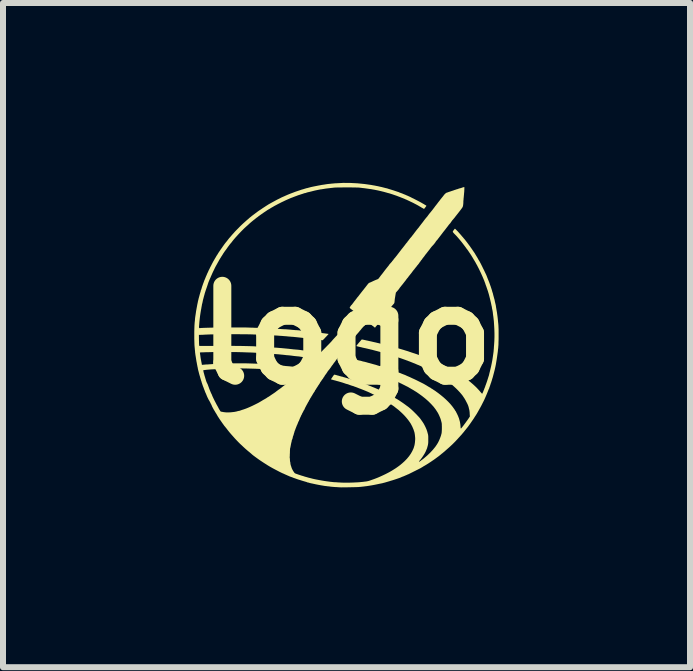
<source format=kicad_pcb>
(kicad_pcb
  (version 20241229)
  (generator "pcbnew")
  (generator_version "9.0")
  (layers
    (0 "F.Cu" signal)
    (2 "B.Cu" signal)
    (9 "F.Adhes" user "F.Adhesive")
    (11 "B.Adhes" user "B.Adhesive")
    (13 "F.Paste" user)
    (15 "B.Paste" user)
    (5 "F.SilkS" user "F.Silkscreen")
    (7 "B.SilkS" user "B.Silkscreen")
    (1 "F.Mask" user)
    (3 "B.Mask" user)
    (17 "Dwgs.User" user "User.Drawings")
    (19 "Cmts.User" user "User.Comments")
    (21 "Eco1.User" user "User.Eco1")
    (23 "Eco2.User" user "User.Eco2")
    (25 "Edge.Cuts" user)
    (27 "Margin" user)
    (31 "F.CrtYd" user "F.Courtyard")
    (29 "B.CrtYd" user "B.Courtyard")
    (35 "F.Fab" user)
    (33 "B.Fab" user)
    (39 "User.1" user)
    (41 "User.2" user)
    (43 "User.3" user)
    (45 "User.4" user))
  (footprint "logo"
    (layer "F.Cu")
    (at 2.729 2.538)
    (property "Reference" "logo" (at 0 0 0) (layer "F.SilkS") (effects (font (size 1.5 1.5) (thickness 0.3))))
    (attr board_only exclude_from_pos_files exclude_from_bom)
    (fp_poly (pts (xy 0.064 -2.537) (xy 0.182 -2.531) (xy 0.302 -2.519) (xy 0.409 -2.504) (xy 0.435 -2.499) (xy 0.465 -2.494) (xy 0.495 -2.488) (xy 0.526 -2.482) (xy 0.556 -2.475) (xy 0.584 -2.469) (xy 0.608 -2.463) (xy 0.627 -2.458) (xy 0.63 -2.457) (xy 0.643 -2.454) (xy 0.653 -2.451) (xy 0.66 -2.45) (xy 0.66 -2.45) (xy 0.667 -2.448) (xy 0.678 -2.446) (xy 0.688 -2.442) (xy 0.701 -2.438) (xy 0.717 -2.433) (xy 0.734 -2.428) (xy 0.738 -2.427) (xy 0.753 -2.422) (xy 0.772 -2.416) (xy 0.792 -2.41) (xy 0.808 -2.404) (xy 0.824 -2.399) (xy 0.839 -2.394) (xy 0.85 -2.39) (xy 0.857 -2.388) (xy 0.858 -2.388) (xy 0.867 -2.385) (xy 0.876 -2.381) (xy 0.884 -2.377) (xy 0.896 -2.373) (xy 0.903 -2.37) (xy 0.918 -2.365) (xy 0.936 -2.358) (xy 0.957 -2.349) (xy 0.98 -2.34) (xy 1.002 -2.33) (xy 1.024 -2.321) (xy 1.043 -2.312) (xy 1.059 -2.305) (xy 1.069 -2.3) (xy 1.075 -2.297) (xy 1.086 -2.291) (xy 1.1 -2.284) (xy 1.116 -2.277) (xy 1.119 -2.275) (xy 1.199 -2.234) (xy 1.247 -2.208) (xy 1.26 -2.2) (xy 1.273 -2.193) (xy 1.283 -2.187) (xy 1.285 -2.187) (xy 1.294 -2.181) (xy 1.301 -2.176) (xy 1.303 -2.175) (xy 1.309 -2.171) (xy 1.311 -2.17) (xy 1.316 -2.168) (xy 1.322 -2.164) (xy 1.323 -2.163) (xy 1.333 -2.155) (xy 1.317 -2.134) (xy 1.307 -2.121) (xy 1.3 -2.112) (xy 1.296 -2.107) (xy 1.292 -2.105) (xy 1.29 -2.105) (xy 1.287 -2.107) (xy 1.286 -2.107) (xy 1.279 -2.111) (xy 1.269 -2.117) (xy 1.266 -2.119) (xy 1.257 -2.123) (xy 1.25 -2.127) (xy 1.249 -2.128) (xy 1.244 -2.132) (xy 1.235 -2.137) (xy 1.222 -2.144) (xy 1.207 -2.153) (xy 1.19 -2.163) (xy 1.173 -2.172) (xy 1.157 -2.181) (xy 1.142 -2.188) (xy 1.131 -2.194) (xy 1.126 -2.197) (xy 1.114 -2.203) (xy 1.098 -2.211) (xy 1.081 -2.219) (xy 1.072 -2.223) (xy 1.054 -2.232) (xy 1.035 -2.241) (xy 1.017 -2.249) (xy 1.01 -2.253) (xy 0.996 -2.259) (xy 0.983 -2.264) (xy 0.974 -2.269) (xy 0.971 -2.27) (xy 0.962 -2.274) (xy 0.949 -2.279) (xy 0.934 -2.285) (xy 0.918 -2.291) (xy 0.903 -2.297) (xy 0.891 -2.302) (xy 0.883 -2.305) (xy 0.882 -2.305) (xy 0.873 -2.309) (xy 0.866 -2.311) (xy 0.856 -2.315) (xy 0.841 -2.321) (xy 0.821 -2.328) (xy 0.797 -2.336) (xy 0.769 -2.346) (xy 0.737 -2.356) (xy 0.723 -2.361) (xy 0.711 -2.364) (xy 0.701 -2.367) (xy 0.695 -2.368) (xy 0.688 -2.37) (xy 0.677 -2.373) (xy 0.667 -2.376) (xy 0.624 -2.388) (xy 0.576 -2.4) (xy 0.524 -2.412) (xy 0.469 -2.423) (xy 0.413 -2.433) (xy 0.356 -2.441) (xy 0.299 -2.449) (xy 0.29 -2.45) (xy 0.27 -2.452) (xy 0.248 -2.455) (xy 0.228 -2.457) (xy 0.214 -2.459) (xy 0.202 -2.46) (xy 0.185 -2.461) (xy 0.162 -2.461) (xy 0.133 -2.462) (xy 0.098 -2.462) (xy 0.057 -2.463) (xy 0.01 -2.463) (xy 0 -2.463) (xy -0.04 -2.463) (xy -0.074 -2.462) (xy -0.103 -2.462) (xy -0.127 -2.462) (xy -0.148 -2.462) (xy -0.166 -2.461) (xy -0.181 -2.461) (xy -0.194 -2.46) (xy -0.207 -2.459) (xy -0.219 -2.458) (xy -0.232 -2.456) (xy -0.241 -2.455) (xy -0.262 -2.453) (xy -0.283 -2.45) (xy -0.303 -2.448) (xy -0.319 -2.446) (xy -0.327 -2.445) (xy -0.345 -2.443) (xy -0.364 -2.44) (xy -0.381 -2.437) (xy -0.381 -2.437) (xy -0.395 -2.435) (xy -0.408 -2.433) (xy -0.416 -2.432) (xy -0.417 -2.431) (xy -0.425 -2.431) (xy -0.437 -2.429) (xy -0.451 -2.426) (xy -0.457 -2.425) (xy -0.472 -2.422) (xy -0.487 -2.419) (xy -0.5 -2.416) (xy -0.502 -2.416) (xy -0.511 -2.414) (xy -0.525 -2.411) (xy -0.542 -2.407) (xy -0.561 -2.402) (xy -0.573 -2.399) (xy -0.592 -2.394) (xy -0.609 -2.39) (xy -0.624 -2.386) (xy -0.636 -2.384) (xy -0.64 -2.383) (xy -0.652 -2.38) (xy -0.665 -2.376) (xy -0.667 -2.375) (xy -0.679 -2.371) (xy -0.689 -2.368) (xy -0.692 -2.368) (xy -0.698 -2.367) (xy -0.706 -2.365) (xy -0.717 -2.361) (xy -0.731 -2.356) (xy -0.751 -2.35) (xy -0.759 -2.347) (xy -0.772 -2.343) (xy -0.783 -2.339) (xy -0.79 -2.337) (xy -0.8 -2.334) (xy -0.814 -2.329) (xy -0.832 -2.322) (xy -0.854 -2.314) (xy -0.878 -2.305) (xy -0.903 -2.295) (xy -0.928 -2.286) (xy -0.946 -2.278) (xy -0.967 -2.269) (xy -0.992 -2.258) (xy -1.021 -2.245) (xy -1.052 -2.23) (xy -1.084 -2.215) (xy -1.115 -2.199) (xy -1.145 -2.184) (xy -1.171 -2.17) (xy -1.194 -2.158) (xy -1.205 -2.152) (xy -1.22 -2.143) (xy -1.233 -2.135) (xy -1.245 -2.129) (xy -1.252 -2.125) (xy -1.252 -2.124) (xy -1.262 -2.119) (xy -1.272 -2.112) (xy -1.272 -2.112) (xy -1.279 -2.107) (xy -1.284 -2.105) (xy -1.285 -2.105) (xy -1.288 -2.103) (xy -1.296 -2.098) (xy -1.307 -2.092) (xy -1.32 -2.084) (xy -1.333 -2.075) (xy -1.343 -2.068) (xy -1.349 -2.064) (xy -1.36 -2.057) (xy -1.373 -2.048) (xy -1.388 -2.038) (xy -1.394 -2.033) (xy -1.412 -2.021) (xy -1.432 -2.007) (xy -1.451 -1.993) (xy -1.467 -1.982) (xy -1.468 -1.981) (xy -1.481 -1.97) (xy -1.494 -1.961) (xy -1.504 -1.954) (xy -1.509 -1.949) (xy -1.52 -1.941) (xy -1.533 -1.93) (xy -1.549 -1.918) (xy -1.566 -1.904) (xy -1.582 -1.891) (xy -1.596 -1.879) (xy -1.608 -1.869) (xy -1.615 -1.863) (xy -1.622 -1.856) (xy -1.634 -1.845) (xy -1.648 -1.832) (xy -1.664 -1.818) (xy -1.681 -1.803) (xy -1.684 -1.8) (xy -1.707 -1.779) (xy -1.728 -1.758) (xy -1.75 -1.736) (xy -1.773 -1.712) (xy -1.798 -1.686) (xy -1.826 -1.655) (xy -1.835 -1.645) (xy -1.846 -1.633) (xy -1.857 -1.621) (xy -1.865 -1.611) (xy -1.87 -1.606) (xy -1.876 -1.599) (xy -1.885 -1.588) (xy -1.895 -1.576) (xy -1.901 -1.568) (xy -1.911 -1.555) (xy -1.92 -1.543) (xy -1.928 -1.534) (xy -1.932 -1.53) (xy -1.938 -1.522) (xy -1.949 -1.509) (xy -1.962 -1.491) (xy -1.978 -1.47) (xy -1.996 -1.444) (xy -2.002 -1.435) (xy -2.01 -1.424) (xy -2.017 -1.415) (xy -2.022 -1.409) (xy -2.023 -1.407) (xy -2.026 -1.404) (xy -2.031 -1.396) (xy -2.039 -1.385) (xy -2.048 -1.371) (xy -2.058 -1.357) (xy -2.067 -1.341) (xy -2.076 -1.327) (xy -2.084 -1.315) (xy -2.087 -1.311) (xy -2.095 -1.297) (xy -2.103 -1.284) (xy -2.11 -1.274) (xy -2.116 -1.263) (xy -2.122 -1.254) (xy -2.124 -1.25) (xy -2.128 -1.242) (xy -2.132 -1.236) (xy -2.135 -1.229) (xy -2.142 -1.218) (xy -2.15 -1.203) (xy -2.16 -1.185) (xy -2.171 -1.165) (xy -2.172 -1.164) (xy -2.183 -1.144) (xy -2.196 -1.119) (xy -2.209 -1.091) (xy -2.224 -1.061) (xy -2.238 -1.031) (xy -2.251 -1.001) (xy -2.262 -0.977) (xy -2.268 -0.961) (xy -2.275 -0.947) (xy -2.28 -0.935) (xy -2.283 -0.928) (xy -2.283 -0.928) (xy -2.288 -0.917) (xy -2.293 -0.904) (xy -2.298 -0.892) (xy -2.303 -0.88) (xy -2.305 -0.873) (xy -2.306 -0.871) (xy -2.307 -0.866) (xy -2.311 -0.857) (xy -2.315 -0.843) (xy -2.321 -0.825) (xy -2.328 -0.804) (xy -2.336 -0.781) (xy -2.337 -0.778) (xy -2.345 -0.755) (xy -2.352 -0.734) (xy -2.358 -0.715) (xy -2.363 -0.7) (xy -2.366 -0.689) (xy -2.368 -0.683) (xy -2.368 -0.683) (xy -2.369 -0.676) (xy -2.372 -0.666) (xy -2.376 -0.653) (xy -2.376 -0.653) (xy -2.383 -0.626) (xy -2.389 -0.603) (xy -2.394 -0.585) (xy -2.397 -0.57) (xy -2.399 -0.56) (xy -2.402 -0.545) (xy -2.405 -0.531) (xy -2.408 -0.522) (xy -2.411 -0.51) (xy -2.413 -0.498) (xy -2.413 -0.494) (xy -2.415 -0.486) (xy -2.417 -0.474) (xy -2.42 -0.459) (xy -2.421 -0.45) (xy -2.428 -0.414) (xy -2.435 -0.371) (xy -2.442 -0.324) (xy -2.448 -0.273) (xy -2.454 -0.218) (xy -2.458 -0.164) (xy -2.46 -0.145) (xy -2.46 -0.131) (xy -2.459 -0.123) (xy -2.456 -0.118) (xy -2.452 -0.116) (xy -2.445 -0.116) (xy -2.442 -0.116) (xy -2.43 -0.118) (xy -2.412 -0.119) (xy -2.388 -0.12) (xy -2.359 -0.121) (xy -2.326 -0.122) (xy -2.289 -0.123) (xy -2.249 -0.124) (xy -2.205 -0.125) (xy -2.16 -0.125) (xy -2.112 -0.126) (xy -2.064 -0.126) (xy -2.014 -0.127) (xy -1.965 -0.127) (xy -1.915 -0.127) (xy -1.867 -0.127) (xy -1.82 -0.127) (xy -1.775 -0.127) (xy -1.732 -0.127) (xy -1.692 -0.127) (xy -1.656 -0.126) (xy -1.624 -0.125) (xy -1.597 -0.124) (xy -1.571 -0.124) (xy -1.54 -0.122) (xy -1.506 -0.121) (xy -1.472 -0.12) (xy -1.438 -0.119) (xy -1.412 -0.118) (xy -1.384 -0.117) (xy -1.35 -0.115) (xy -1.313 -0.114) (xy -1.275 -0.112) (xy -1.238 -0.11) (xy -1.203 -0.107) (xy -1.187 -0.106) (xy -1.157 -0.105) (xy -1.127 -0.103) (xy -1.098 -0.101) (xy -1.072 -0.099) (xy -1.049 -0.098) (xy -1.031 -0.097) (xy -1.02 -0.097) (xy -1.002 -0.096) (xy -0.98 -0.094) (xy -0.955 -0.092) (xy -0.931 -0.09) (xy -0.913 -0.088) (xy -0.893 -0.086) (xy -0.874 -0.085) (xy -0.858 -0.083) (xy -0.846 -0.083) (xy -0.84 -0.082) (xy -0.84 -0.082) (xy -0.833 -0.082) (xy -0.821 -0.081) (xy -0.803 -0.08) (xy -0.78 -0.077) (xy -0.754 -0.075) (xy -0.724 -0.071) (xy -0.691 -0.068) (xy -0.656 -0.064) (xy -0.653 -0.064) (xy -0.633 -0.061) (xy -0.613 -0.059) (xy -0.594 -0.057) (xy -0.581 -0.055) (xy -0.552 -0.052) (xy -0.52 -0.048) (xy -0.487 -0.044) (xy -0.454 -0.04) (xy -0.423 -0.036) (xy -0.394 -0.032) (xy -0.371 -0.029) (xy -0.368 -0.029) (xy -0.35 -0.026) (xy -0.334 -0.024) (xy -0.32 -0.022) (xy -0.311 -0.021) (xy -0.309 -0.021) (xy -0.303 -0.02) (xy -0.3 -0.018) (xy -0.3 -0.018) (xy -0.302 -0.015) (xy -0.308 -0.008) (xy -0.317 0.002) (xy -0.329 0.015) (xy -0.343 0.03) (xy -0.349 0.036) (xy -0.367 0.056) (xy -0.381 0.07) (xy -0.391 0.08) (xy -0.398 0.086) (xy -0.402 0.087) (xy -0.402 0.087) (xy -0.407 0.086) (xy -0.418 0.084) (xy -0.434 0.082) (xy -0.452 0.079) (xy -0.473 0.077) (xy -0.496 0.074) (xy -0.519 0.071) (xy -0.541 0.068) (xy -0.562 0.065) (xy -0.58 0.063) (xy -0.594 0.061) (xy -0.601 0.061) (xy -0.609 0.06) (xy -0.623 0.058) (xy -0.64 0.056) (xy -0.66 0.054) (xy -0.676 0.053) (xy -0.718 0.048) (xy -0.753 0.044) (xy -0.783 0.041) (xy -0.809 0.038) (xy -0.829 0.036) (xy -0.846 0.034) (xy -0.859 0.033) (xy -0.869 0.032) (xy -0.876 0.031) (xy -0.884 0.03) (xy -0.898 0.029) (xy -0.916 0.028) (xy -0.938 0.026) (xy -0.962 0.024) (xy -0.987 0.022) (xy -0.989 0.021) (xy -1.015 0.019) (xy -1.045 0.017) (xy -1.078 0.014) (xy -1.112 0.012) (xy -1.148 0.009) (xy -1.183 0.007) (xy -1.217 0.005) (xy -1.251 0.003) (xy -1.281 0.001) (xy -1.309 -0.001) (xy -1.333 -0.002) (xy -1.352 -0.003) (xy -1.365 -0.003) (xy -1.368 -0.003) (xy -1.381 -0.003) (xy -1.398 -0.004) (xy -1.418 -0.005) (xy -1.44 -0.006) (xy -1.453 -0.006) (xy -1.494 -0.008) (xy -1.541 -0.01) (xy -1.594 -0.012) (xy -1.65 -0.013) (xy -1.71 -0.014) (xy -1.772 -0.014) (xy -1.836 -0.015) (xy -1.901 -0.015) (xy -1.967 -0.015) (xy -2.031 -0.015) (xy -2.095 -0.014) (xy -2.157 -0.013) (xy -2.215 -0.012) (xy -2.27 -0.011) (xy -2.32 -0.009) (xy -2.366 -0.007) (xy -2.38 -0.006) (xy -2.399 -0.005) (xy -2.418 -0.005) (xy -2.433 -0.004) (xy -2.445 -0.003) (xy -2.45 -0.003) (xy -2.462 -0.003) (xy -2.461 0.087) (xy -2.46 0.111) (xy -2.46 0.132) (xy -2.459 0.151) (xy -2.458 0.165) (xy -2.457 0.175) (xy -2.456 0.18) (xy -2.456 0.18) (xy -2.452 0.18) (xy -2.443 0.181) (xy -2.428 0.181) (xy -2.408 0.181) (xy -2.383 0.181) (xy -2.355 0.181) (xy -2.324 0.181) (xy -2.29 0.181) (xy -2.254 0.181) (xy -2.242 0.181) (xy -2.184 0.18) (xy -2.125 0.18) (xy -2.065 0.18) (xy -2.006 0.18) (xy -1.947 0.18) (xy -1.889 0.18) (xy -1.834 0.181) (xy -1.78 0.181) (xy -1.73 0.182) (xy -1.683 0.183) (xy -1.64 0.184) (xy -1.601 0.185) (xy -1.568 0.186) (xy -1.541 0.187) (xy -1.532 0.188) (xy -1.504 0.19) (xy -1.473 0.192) (xy -1.441 0.193) (xy -1.411 0.195) (xy -1.385 0.196) (xy -1.381 0.196) (xy -1.358 0.197) (xy -1.334 0.199) (xy -1.312 0.2) (xy -1.292 0.202) (xy -1.278 0.203) (xy -1.277 0.203) (xy -1.26 0.204) (xy -1.24 0.206) (xy -1.218 0.208) (xy -1.196 0.209) (xy -1.191 0.209) (xy -1.161 0.211) (xy -1.126 0.214) (xy -1.087 0.217) (xy -1.046 0.221) (xy -1.004 0.225) (xy -0.962 0.229) (xy -0.922 0.234) (xy -0.916 0.234) (xy -0.895 0.237) (xy -0.874 0.239) (xy -0.857 0.24) (xy -0.843 0.242) (xy -0.834 0.242) (xy -0.832 0.242) (xy -0.824 0.243) (xy -0.811 0.244) (xy -0.795 0.246) (xy -0.776 0.248) (xy -0.763 0.25) (xy -0.744 0.253) (xy -0.727 0.255) (xy -0.712 0.257) (xy -0.701 0.258) (xy -0.697 0.258) (xy -0.689 0.259) (xy -0.677 0.261) (xy -0.662 0.263) (xy -0.648 0.265) (xy -0.631 0.268) (xy -0.616 0.27) (xy -0.603 0.271) (xy -0.596 0.272) (xy -0.588 0.272) (xy -0.583 0.274) (xy -0.583 0.274) (xy -0.585 0.277) (xy -0.591 0.284) (xy -0.6 0.294) (xy -0.612 0.306) (xy -0.626 0.32) (xy -0.629 0.323) (xy -0.676 0.37) (xy -0.692 0.37) (xy -0.701 0.369) (xy -0.715 0.368) (xy -0.732 0.366) (xy -0.751 0.363) (xy -0.759 0.362) (xy -0.778 0.359) (xy -0.795 0.356) (xy -0.81 0.355) (xy -0.82 0.354) (xy -0.823 0.354) (xy -0.831 0.353) (xy -0.844 0.352) (xy -0.86 0.35) (xy -0.879 0.348) (xy -0.895 0.346) (xy -0.915 0.343) (xy -0.933 0.341) (xy -0.949 0.339) (xy -0.96 0.338) (xy -0.965 0.338) (xy -0.972 0.337) (xy -0.984 0.336) (xy -1 0.335) (xy -1.018 0.333) (xy -1.034 0.331) (xy -1.061 0.328) (xy -1.094 0.325) (xy -1.132 0.321) (xy -1.174 0.318) (xy -1.218 0.314) (xy -1.264 0.311) (xy -1.311 0.307) (xy -1.359 0.304) (xy -1.405 0.301) (xy -1.45 0.298) (xy -1.492 0.296) (xy -1.509 0.295) (xy -1.579 0.291) (xy -1.654 0.289) (xy -1.733 0.286) (xy -1.814 0.284) (xy -1.898 0.283) (xy -1.981 0.282) (xy -2.064 0.282) (xy -2.144 0.282) (xy -2.221 0.283) (xy -2.29 0.285) (xy -2.321 0.285) (xy -2.35 0.286) (xy -2.376 0.287) (xy -2.399 0.288) (xy -2.418 0.288) (xy -2.433 0.289) (xy -2.442 0.29) (xy -2.445 0.29) (xy -2.445 0.291) (xy -2.445 0.295) (xy -2.444 0.302) (xy -2.443 0.312) (xy -2.441 0.326) (xy -2.438 0.345) (xy -2.435 0.37) (xy -2.432 0.388) (xy -2.43 0.402) (xy -2.426 0.419) (xy -2.423 0.437) (xy -2.422 0.442) (xy -2.419 0.457) (xy -2.416 0.471) (xy -2.415 0.481) (xy -2.414 0.485) (xy -2.413 0.492) (xy -2.412 0.496) (xy -2.411 0.496) (xy -2.408 0.496) (xy -2.399 0.496) (xy -2.388 0.495) (xy -2.384 0.494) (xy -2.37 0.493) (xy -2.351 0.491) (xy -2.332 0.49) (xy -2.321 0.49) (xy -2.304 0.489) (xy -2.283 0.487) (xy -2.259 0.486) (xy -2.237 0.484) (xy -2.227 0.483) (xy -2.186 0.48) (xy -2.139 0.477) (xy -2.087 0.475) (xy -2.031 0.473) (xy -1.971 0.472) (xy -1.909 0.471) (xy -1.845 0.471) (xy -1.781 0.471) (xy -1.716 0.471) (xy -1.652 0.472) (xy -1.59 0.474) (xy -1.53 0.476) (xy -1.473 0.478) (xy -1.42 0.481) (xy -1.373 0.484) (xy -1.349 0.486) (xy -1.326 0.488) (xy -1.306 0.489) (xy -1.288 0.49) (xy -1.275 0.491) (xy -1.27 0.491) (xy -1.259 0.491) (xy -1.243 0.492) (xy -1.224 0.494) (xy -1.205 0.496) (xy -1.201 0.496) (xy -1.18 0.498) (xy -1.157 0.5) (xy -1.135 0.502) (xy -1.117 0.504) (xy -1.116 0.504) (xy -1.097 0.506) (xy -1.075 0.508) (xy -1.055 0.511) (xy -1.046 0.512) (xy -1.028 0.514) (xy -1.01 0.517) (xy -0.993 0.518) (xy -0.989 0.519) (xy -0.977 0.52) (xy -0.961 0.522) (xy -0.943 0.524) (xy -0.924 0.527) (xy -0.905 0.529) (xy -0.888 0.532) (xy -0.874 0.534) (xy -0.865 0.535) (xy -0.865 0.535) (xy -0.858 0.537) (xy -0.865 0.544) (xy -0.872 0.551) (xy -0.881 0.559) (xy -0.884 0.561) (xy -0.892 0.568) (xy -0.904 0.577) (xy -0.916 0.587) (xy -0.919 0.59) (xy -0.942 0.609) (xy -0.968 0.606) (xy -0.983 0.604) (xy -1.003 0.602) (xy -1.027 0.599) (xy -1.055 0.596) (xy -1.084 0.593) (xy -1.114 0.59) (xy -1.143 0.587) (xy -1.171 0.584) (xy -1.195 0.581) (xy -1.201 0.581) (xy -1.26 0.576) (xy -1.324 0.571) (xy -1.39 0.567) (xy -1.459 0.564) (xy -1.53 0.561) (xy -1.601 0.559) (xy -1.672 0.557) (xy -1.743 0.556) (xy -1.811 0.556) (xy -1.877 0.556) (xy -1.94 0.557) (xy -1.998 0.559) (xy -2.051 0.561) (xy -2.085 0.563) (xy -2.104 0.564) (xy -2.128 0.566) (xy -2.155 0.567) (xy -2.181 0.568) (xy -2.207 0.57) (xy -2.207 0.57) (xy -2.229 0.571) (xy -2.253 0.572) (xy -2.277 0.574) (xy -2.302 0.576) (xy -2.324 0.578) (xy -2.345 0.58) (xy -2.363 0.583) (xy -2.377 0.584) (xy -2.386 0.586) (xy -2.389 0.587) (xy -2.389 0.592) (xy -2.387 0.602) (xy -2.384 0.618) (xy -2.378 0.639) (xy -2.371 0.665) (xy -2.371 0.666) (xy -2.366 0.683) (xy -2.361 0.699) (xy -2.357 0.712) (xy -2.355 0.72) (xy -2.35 0.736) (xy -2.345 0.752) (xy -2.34 0.769) (xy -2.334 0.783) (xy -2.33 0.794) (xy -2.326 0.801) (xy -2.326 0.802) (xy -2.323 0.807) (xy -2.318 0.817) (xy -2.313 0.829) (xy -2.309 0.84) (xy -2.304 0.854) (xy -2.299 0.868) (xy -2.295 0.878) (xy -2.294 0.882) (xy -2.291 0.889) (xy -2.29 0.894) (xy -2.29 0.894) (xy -2.288 0.898) (xy -2.285 0.906) (xy -2.28 0.918) (xy -2.274 0.932) (xy -2.268 0.947) (xy -2.262 0.961) (xy -2.256 0.974) (xy -2.252 0.983) (xy -2.25 0.985) (xy -2.246 0.994) (xy -2.243 1.001) (xy -2.243 1.002) (xy -2.241 1.008) (xy -2.237 1.018) (xy -2.23 1.032) (xy -2.222 1.05) (xy -2.212 1.07) (xy -2.202 1.091) (xy -2.191 1.112) (xy -2.18 1.133) (xy -2.17 1.153) (xy -2.163 1.165) (xy -2.154 1.181) (xy -2.147 1.194) (xy -2.141 1.205) (xy -2.138 1.211) (xy -2.137 1.213) (xy -2.133 1.221) (xy -2.127 1.232) (xy -2.119 1.245) (xy -2.112 1.256) (xy -2.105 1.267) (xy -2.099 1.274) (xy -2.095 1.277) (xy -2.095 1.277) (xy -2.087 1.278) (xy -2.085 1.278) (xy -2.048 1.285) (xy -2.011 1.289) (xy -1.972 1.29) (xy -1.931 1.288) (xy -1.885 1.283) (xy -1.878 1.282) (xy -1.863 1.28) (xy -1.849 1.277) (xy -1.838 1.275) (xy -1.833 1.274) (xy -1.824 1.271) (xy -1.812 1.268) (xy -1.8 1.265) (xy -1.791 1.264) (xy -1.788 1.263) (xy -1.782 1.262) (xy -1.773 1.259) (xy -1.773 1.259) (xy -1.763 1.255) (xy -1.751 1.251) (xy -1.746 1.249) (xy -1.72 1.241) (xy -1.694 1.232) (xy -1.667 1.222) (xy -1.638 1.21) (xy -1.608 1.197) (xy -1.573 1.181) (xy -1.534 1.162) (xy -1.522 1.156) (xy -1.504 1.147) (xy -1.49 1.14) (xy -1.478 1.134) (xy -1.469 1.129) (xy -1.459 1.124) (xy -1.448 1.117) (xy -1.434 1.109) (xy -1.426 1.104) (xy -1.412 1.096) (xy -1.398 1.087) (xy -1.386 1.08) (xy -1.38 1.077) (xy -1.361 1.066) (xy -1.347 1.058) (xy -1.337 1.052) (xy -1.33 1.047) (xy -1.326 1.044) (xy -1.317 1.038) (xy -1.307 1.032) (xy -1.304 1.031) (xy -1.293 1.024) (xy -1.281 1.016) (xy -1.278 1.014) (xy -1.268 1.007) (xy -1.255 0.998) (xy -1.249 0.994) (xy -1.231 0.982) (xy -1.213 0.97) (xy -1.197 0.959) (xy -1.183 0.949) (xy -1.173 0.941) (xy -1.169 0.937) (xy -1.161 0.932) (xy -1.151 0.924) (xy -1.142 0.917) (xy -1.121 0.903) (xy -1.098 0.886) (xy -1.076 0.869) (xy -1.063 0.858) (xy -1.05 0.849) (xy -1.036 0.838) (xy -1.028 0.832) (xy -1.015 0.822) (xy -1.001 0.811) (xy -0.992 0.804) (xy -0.98 0.795) (xy -0.966 0.784) (xy -0.953 0.773) (xy -0.95 0.77) (xy -0.935 0.759) (xy -0.919 0.746) (xy -0.905 0.733) (xy -0.903 0.732) (xy -0.89 0.72) (xy -0.874 0.707) (xy -0.86 0.695) (xy -0.859 0.694) (xy -0.845 0.682) (xy -0.828 0.667) (xy -0.808 0.65) (xy -0.788 0.633) (xy -0.769 0.615) (xy -0.751 0.599) (xy -0.74 0.588) (xy -0.727 0.576) (xy -0.712 0.563) (xy -0.699 0.552) (xy -0.698 0.55) (xy -0.69 0.544) (xy -0.681 0.536) (xy -0.671 0.527) (xy -0.659 0.515) (xy -0.645 0.502) (xy -0.628 0.486) (xy -0.609 0.468) (xy -0.587 0.446) (xy -0.562 0.421) (xy -0.533 0.392) (xy -0.5 0.359) (xy -0.467 0.325) (xy -0.425 0.284) (xy -0.388 0.246) (xy -0.354 0.212) (xy -0.325 0.182) (xy -0.299 0.156) (xy -0.278 0.134) (xy -0.261 0.116) (xy -0.248 0.102) (xy -0.24 0.092) (xy -0.236 0.088) (xy -0.236 0.087) (xy -0.233 0.084) (xy -0.227 0.077) (xy -0.217 0.066) (xy -0.205 0.053) (xy -0.191 0.038) (xy -0.182 0.028) (xy -0.159 0.004) (xy -0.141 -0.016) (xy -0.125 -0.033) (xy -0.11 -0.049) (xy -0.097 -0.065) (xy -0.083 -0.082) (xy -0.081 -0.084) (xy -0.073 -0.093) (xy -0.063 -0.105) (xy -0.051 -0.118) (xy -0.041 -0.129) (xy -0.028 -0.144) (xy -0.013 -0.162) (xy 0.003 -0.18) (xy 0.014 -0.193) (xy 0.027 -0.208) (xy 0.04 -0.223) (xy 0.051 -0.237) (xy 0.06 -0.247) (xy 0.06 -0.247) (xy 0.077 -0.266) (xy 0.091 -0.282) (xy 0.102 -0.296) (xy 0.114 -0.311) (xy 0.124 -0.324) (xy 0.135 -0.337) (xy 0.142 -0.345) (xy 0.15 -0.354) (xy 0.155 -0.362) (xy 0.157 -0.366) (xy 0.154 -0.371) (xy 0.148 -0.377) (xy 0.143 -0.381) (xy 0.133 -0.388) (xy 0.121 -0.398) (xy 0.11 -0.407) (xy 0.097 -0.417) (xy 0.083 -0.428) (xy 0.072 -0.436) (xy 0.063 -0.444) (xy 0.056 -0.451) (xy 0.053 -0.456) (xy 0.053 -0.456) (xy 0.054 -0.461) (xy 0.059 -0.469) (xy 0.065 -0.479) (xy 0.072 -0.49) (xy 0.079 -0.498) (xy 0.084 -0.502) (xy 0.087 -0.506) (xy 0.094 -0.514) (xy 0.102 -0.525) (xy 0.112 -0.538) (xy 0.112 -0.538) (xy 0.122 -0.552) (xy 0.132 -0.565) (xy 0.141 -0.576) (xy 0.146 -0.582) (xy 0.153 -0.592) (xy 0.162 -0.603) (xy 0.17 -0.614) (xy 0.177 -0.624) (xy 0.184 -0.632) (xy 0.188 -0.636) (xy 0.188 -0.637) (xy 0.191 -0.64) (xy 0.198 -0.648) (xy 0.206 -0.659) (xy 0.215 -0.671) (xy 0.227 -0.686) (xy 0.24 -0.703) (xy 0.255 -0.722) (xy 0.269 -0.74) (xy 0.283 -0.757) (xy 0.294 -0.771) (xy 0.298 -0.776) (xy 0.302 -0.782) (xy 0.31 -0.791) (xy 0.319 -0.803) (xy 0.33 -0.817) (xy 0.346 -0.838) (xy 0.359 -0.854) (xy 0.369 -0.865) (xy 0.376 -0.87) (xy 0.377 -0.871) (xy 0.381 -0.872) (xy 0.391 -0.876) (xy 0.405 -0.882) (xy 0.425 -0.891) (xy 0.437 -0.897) (xy 0.452 -0.904) (xy 0.468 -0.911) (xy 0.484 -0.918) (xy 0.499 -0.924) (xy 0.511 -0.929) (xy 0.52 -0.932) (xy 0.523 -0.933) (xy 0.526 -0.935) (xy 0.533 -0.942) (xy 0.541 -0.951) (xy 0.545 -0.957) (xy 0.556 -0.971) (xy 0.569 -0.989) (xy 0.585 -1.009) (xy 0.601 -1.029) (xy 0.616 -1.049) (xy 0.628 -1.065) (xy 0.637 -1.077) (xy 0.648 -1.091) (xy 0.655 -1.1) (xy 0.667 -1.115) (xy 0.678 -1.129) (xy 0.688 -1.141) (xy 0.695 -1.15) (xy 0.699 -1.154) (xy 0.703 -1.159) (xy 0.706 -1.166) (xy 0.709 -1.169) (xy 0.712 -1.174) (xy 0.717 -1.18) (xy 0.724 -1.188) (xy 0.734 -1.199) (xy 0.748 -1.215) (xy 0.75 -1.217) (xy 0.756 -1.223) (xy 0.759 -1.228) (xy 0.759 -1.229) (xy 0.761 -1.232) (xy 0.765 -1.237) (xy 0.774 -1.246) (xy 0.781 -1.255) (xy 0.785 -1.261) (xy 0.786 -1.263) (xy 0.788 -1.266) (xy 0.793 -1.273) (xy 0.797 -1.277) (xy 0.801 -1.281) (xy 0.805 -1.286) (xy 0.81 -1.292) (xy 0.817 -1.3) (xy 0.825 -1.311) (xy 0.836 -1.324) (xy 0.849 -1.341) (xy 0.865 -1.362) (xy 0.885 -1.388) (xy 0.889 -1.393) (xy 0.902 -1.41) (xy 0.917 -1.43) (xy 0.933 -1.45) (xy 0.946 -1.466) (xy 0.958 -1.482) (xy 0.971 -1.498) (xy 0.982 -1.513) (xy 0.991 -1.525) (xy 0.992 -1.526) (xy 1 -1.536) (xy 1.007 -1.544) (xy 1.011 -1.548) (xy 1.012 -1.548) (xy 1.014 -1.551) (xy 1.015 -1.553) (xy 1.016 -1.558) (xy 1.017 -1.559) (xy 1.02 -1.562) (xy 1.026 -1.569) (xy 1.034 -1.579) (xy 1.039 -1.586) (xy 1.049 -1.599) (xy 1.058 -1.611) (xy 1.066 -1.621) (xy 1.069 -1.624) (xy 1.075 -1.63) (xy 1.084 -1.641) (xy 1.094 -1.654) (xy 1.105 -1.669) (xy 1.109 -1.673) (xy 1.132 -1.704) (xy 1.152 -1.73) (xy 1.168 -1.751) (xy 1.181 -1.767) (xy 1.19 -1.778) (xy 1.195 -1.785) (xy 1.196 -1.785) (xy 1.201 -1.791) (xy 1.209 -1.801) (xy 1.217 -1.813) (xy 1.219 -1.815) (xy 1.229 -1.828) (xy 1.241 -1.844) (xy 1.253 -1.859) (xy 1.257 -1.865) (xy 1.267 -1.877) (xy 1.277 -1.89) (xy 1.284 -1.9) (xy 1.287 -1.904) (xy 1.296 -1.916) (xy 1.306 -1.929) (xy 1.316 -1.942) (xy 1.325 -1.952) (xy 1.331 -1.96) (xy 1.334 -1.963) (xy 1.337 -1.967) (xy 1.344 -1.974) (xy 1.352 -1.985) (xy 1.361 -1.998) (xy 1.362 -1.998) (xy 1.373 -2.014) (xy 1.385 -2.029) (xy 1.397 -2.043) (xy 1.404 -2.052) (xy 1.414 -2.064) (xy 1.426 -2.079) (xy 1.438 -2.094) (xy 1.443 -2.101) (xy 1.453 -2.114) (xy 1.464 -2.128) (xy 1.476 -2.145) (xy 1.491 -2.164) (xy 1.509 -2.187) (xy 1.53 -2.215) (xy 1.554 -2.245) (xy 1.565 -2.26) (xy 1.576 -2.274) (xy 1.586 -2.286) (xy 1.593 -2.295) (xy 1.593 -2.295) (xy 1.6 -2.304) (xy 1.605 -2.309) (xy 1.607 -2.311) (xy 1.61 -2.314) (xy 1.61 -2.316) (xy 1.613 -2.321) (xy 1.615 -2.323) (xy 1.62 -2.327) (xy 1.62 -2.329) (xy 1.623 -2.333) (xy 1.628 -2.34) (xy 1.637 -2.349) (xy 1.646 -2.358) (xy 1.655 -2.366) (xy 1.662 -2.372) (xy 1.665 -2.373) (xy 1.671 -2.374) (xy 1.68 -2.377) (xy 1.68 -2.378) (xy 1.69 -2.381) (xy 1.702 -2.386) (xy 1.707 -2.387) (xy 1.715 -2.39) (xy 1.728 -2.394) (xy 1.745 -2.4) (xy 1.764 -2.406) (xy 1.784 -2.413) (xy 1.785 -2.413) (xy 1.803 -2.42) (xy 1.82 -2.425) (xy 1.833 -2.43) (xy 1.842 -2.432) (xy 1.846 -2.433) (xy 1.846 -2.433) (xy 1.849 -2.434) (xy 1.856 -2.436) (xy 1.863 -2.439) (xy 1.876 -2.444) (xy 1.888 -2.447) (xy 1.894 -2.449) (xy 1.905 -2.451) (xy 1.918 -2.455) (xy 1.921 -2.457) (xy 1.933 -2.461) (xy 1.943 -2.464) (xy 1.946 -2.465) (xy 1.955 -2.467) (xy 1.961 -2.469) (xy 1.963 -2.469) (xy 1.964 -2.467) (xy 1.965 -2.461) (xy 1.965 -2.451) (xy 1.965 -2.435) (xy 1.965 -2.434) (xy 1.964 -2.415) (xy 1.963 -2.392) (xy 1.961 -2.372) (xy 1.96 -2.363) (xy 1.959 -2.347) (xy 1.957 -2.327) (xy 1.955 -2.304) (xy 1.953 -2.283) (xy 1.952 -2.278) (xy 1.951 -2.258) (xy 1.949 -2.239) (xy 1.948 -2.221) (xy 1.948 -2.208) (xy 1.948 -2.204) (xy 1.946 -2.18) (xy 1.943 -2.158) (xy 1.938 -2.14) (xy 1.934 -2.131) (xy 1.928 -2.123) (xy 1.921 -2.112) (xy 1.911 -2.099) (xy 1.898 -2.081) (xy 1.897 -2.08) (xy 1.876 -2.053) (xy 1.855 -2.026) (xy 1.835 -2.001) (xy 1.833 -1.998) (xy 1.823 -1.986) (xy 1.814 -1.974) (xy 1.806 -1.964) (xy 1.804 -1.96) (xy 1.797 -1.952) (xy 1.789 -1.943) (xy 1.781 -1.933) (xy 1.775 -1.926) (xy 1.77 -1.921) (xy 1.77 -1.921) (xy 1.767 -1.918) (xy 1.761 -1.91) (xy 1.754 -1.9) (xy 1.746 -1.889) (xy 1.739 -1.879) (xy 1.734 -1.871) (xy 1.733 -1.87) (xy 1.728 -1.863) (xy 1.725 -1.859) (xy 1.724 -1.859) (xy 1.721 -1.857) (xy 1.716 -1.85) (xy 1.707 -1.84) (xy 1.697 -1.827) (xy 1.694 -1.822) (xy 1.678 -1.802) (xy 1.662 -1.781) (xy 1.646 -1.76) (xy 1.631 -1.741) (xy 1.618 -1.725) (xy 1.611 -1.716) (xy 1.602 -1.704) (xy 1.59 -1.688) (xy 1.576 -1.67) (xy 1.561 -1.65) (xy 1.546 -1.631) (xy 1.538 -1.62) (xy 1.528 -1.608) (xy 1.52 -1.596) (xy 1.513 -1.588) (xy 1.509 -1.584) (xy 1.503 -1.577) (xy 1.496 -1.569) (xy 1.49 -1.561) (xy 1.486 -1.555) (xy 1.485 -1.552) (xy 1.484 -1.549) (xy 1.484 -1.549) (xy 1.48 -1.545) (xy 1.474 -1.538) (xy 1.471 -1.533) (xy 1.465 -1.525) (xy 1.46 -1.518) (xy 1.455 -1.513) (xy 1.449 -1.506) (xy 1.44 -1.496) (xy 1.434 -1.49) (xy 1.422 -1.477) (xy 1.41 -1.462) (xy 1.4 -1.449) (xy 1.398 -1.447) (xy 1.391 -1.436) (xy 1.384 -1.427) (xy 1.38 -1.422) (xy 1.379 -1.421) (xy 1.375 -1.417) (xy 1.369 -1.408) (xy 1.361 -1.398) (xy 1.356 -1.392) (xy 1.346 -1.379) (xy 1.336 -1.366) (xy 1.328 -1.356) (xy 1.326 -1.353) (xy 1.317 -1.343) (xy 1.309 -1.332) (xy 1.306 -1.327) (xy 1.3 -1.319) (xy 1.292 -1.308) (xy 1.282 -1.296) (xy 1.279 -1.292) (xy 1.271 -1.281) (xy 1.264 -1.273) (xy 1.261 -1.267) (xy 1.26 -1.266) (xy 1.258 -1.262) (xy 1.253 -1.256) (xy 1.249 -1.252) (xy 1.242 -1.244) (xy 1.238 -1.238) (xy 1.237 -1.235) (xy 1.235 -1.23) (xy 1.231 -1.227) (xy 1.226 -1.223) (xy 1.224 -1.22) (xy 1.222 -1.216) (xy 1.217 -1.209) (xy 1.211 -1.199) (xy 1.203 -1.189) (xy 1.195 -1.179) (xy 1.189 -1.171) (xy 1.185 -1.166) (xy 1.184 -1.166) (xy 1.181 -1.163) (xy 1.176 -1.156) (xy 1.169 -1.146) (xy 1.168 -1.145) (xy 1.161 -1.136) (xy 1.155 -1.129) (xy 1.152 -1.126) (xy 1.152 -1.126) (xy 1.149 -1.123) (xy 1.149 -1.121) (xy 1.146 -1.116) (xy 1.144 -1.115) (xy 1.14 -1.112) (xy 1.139 -1.11) (xy 1.137 -1.106) (xy 1.132 -1.099) (xy 1.128 -1.094) (xy 1.12 -1.086) (xy 1.111 -1.074) (xy 1.101 -1.061) (xy 1.097 -1.056) (xy 1.088 -1.043) (xy 1.078 -1.03) (xy 1.07 -1.02) (xy 1.067 -1.017) (xy 1.055 -1.001) (xy 1.042 -0.986) (xy 1.032 -0.972) (xy 1.03 -0.969) (xy 1.024 -0.96) (xy 1.017 -0.953) (xy 1.012 -0.947) (xy 1.004 -0.937) (xy 0.995 -0.925) (xy 0.989 -0.916) (xy 0.974 -0.897) (xy 0.959 -0.878) (xy 0.946 -0.861) (xy 0.935 -0.847) (xy 0.926 -0.836) (xy 0.921 -0.83) (xy 0.915 -0.823) (xy 0.908 -0.814) (xy 0.904 -0.808) (xy 0.897 -0.8) (xy 0.891 -0.793) (xy 0.889 -0.79) (xy 0.885 -0.785) (xy 0.882 -0.779) (xy 0.878 -0.773) (xy 0.871 -0.764) (xy 0.862 -0.753) (xy 0.851 -0.74) (xy 0.85 -0.739) (xy 0.823 -0.708) (xy 0.814 -0.657) (xy 0.811 -0.638) (xy 0.808 -0.619) (xy 0.805 -0.603) (xy 0.804 -0.591) (xy 0.803 -0.587) (xy 0.802 -0.567) (xy 0.8 -0.553) (xy 0.799 -0.542) (xy 0.796 -0.535) (xy 0.793 -0.528) (xy 0.789 -0.522) (xy 0.784 -0.517) (xy 0.776 -0.508) (xy 0.768 -0.499) (xy 0.764 -0.494) (xy 0.758 -0.487) (xy 0.749 -0.475) (xy 0.738 -0.461) (xy 0.725 -0.444) (xy 0.711 -0.426) (xy 0.699 -0.41) (xy 0.688 -0.396) (xy 0.677 -0.382) (xy 0.667 -0.37) (xy 0.664 -0.367) (xy 0.655 -0.355) (xy 0.644 -0.341) (xy 0.634 -0.327) (xy 0.632 -0.324) (xy 0.624 -0.313) (xy 0.617 -0.304) (xy 0.613 -0.299) (xy 0.611 -0.298) (xy 0.609 -0.294) (xy 0.603 -0.287) (xy 0.594 -0.277) (xy 0.585 -0.264) (xy 0.56 -0.232) (xy 0.539 -0.204) (xy 0.521 -0.181) (xy 0.507 -0.163) (xy 0.496 -0.15) (xy 0.489 -0.142) (xy 0.483 -0.135) (xy 0.48 -0.13) (xy 0.477 -0.125) (xy 0.475 -0.124) (xy 0.471 -0.126) (xy 0.464 -0.131) (xy 0.456 -0.137) (xy 0.449 -0.143) (xy 0.446 -0.147) (xy 0.445 -0.148) (xy 0.443 -0.15) (xy 0.441 -0.151) (xy 0.436 -0.153) (xy 0.429 -0.158) (xy 0.426 -0.16) (xy 0.419 -0.166) (xy 0.414 -0.17) (xy 0.413 -0.17) (xy 0.411 -0.171) (xy 0.408 -0.173) (xy 0.402 -0.177) (xy 0.394 -0.184) (xy 0.382 -0.194) (xy 0.367 -0.207) (xy 0.359 -0.213) (xy 0.351 -0.217) (xy 0.346 -0.219) (xy 0.341 -0.217) (xy 0.336 -0.212) (xy 0.334 -0.209) (xy 0.328 -0.201) (xy 0.324 -0.194) (xy 0.324 -0.192) (xy 0.322 -0.186) (xy 0.317 -0.178) (xy 0.316 -0.177) (xy 0.31 -0.171) (xy 0.308 -0.165) (xy 0.308 -0.165) (xy 0.305 -0.161) (xy 0.304 -0.16) (xy 0.299 -0.158) (xy 0.293 -0.153) (xy 0.292 -0.151) (xy 0.286 -0.144) (xy 0.277 -0.135) (xy 0.267 -0.124) (xy 0.267 -0.124) (xy 0.258 -0.114) (xy 0.25 -0.105) (xy 0.245 -0.098) (xy 0.245 -0.098) (xy 0.24 -0.091) (xy 0.232 -0.082) (xy 0.226 -0.076) (xy 0.219 -0.068) (xy 0.214 -0.062) (xy 0.213 -0.06) (xy 0.211 -0.056) (xy 0.205 -0.05) (xy 0.2 -0.044) (xy 0.183 -0.025) (xy 0.169 -0.009) (xy 0.158 0.004) (xy 0.151 0.013) (xy 0.147 0.019) (xy 0.147 0.019) (xy 0.145 0.023) (xy 0.145 0.023) (xy 0.141 0.025) (xy 0.136 0.032) (xy 0.13 0.038) (xy 0.12 0.05) (xy 0.11 0.063) (xy 0.105 0.069) (xy 0.096 0.079) (xy 0.088 0.088) (xy 0.084 0.093) (xy 0.078 0.101) (xy 0.072 0.107) (xy 0.071 0.108) (xy 0.067 0.113) (xy 0.06 0.122) (xy 0.052 0.132) (xy 0.052 0.133) (xy 0.042 0.145) (xy 0.031 0.158) (xy 0.023 0.167) (xy 0.014 0.178) (xy 0.004 0.19) (xy -0.001 0.196) (xy -0.007 0.203) (xy -0.012 0.208) (xy -0.014 0.209) (xy -0.016 0.212) (xy -0.016 0.214) (xy -0.018 0.219) (xy -0.024 0.227) (xy -0.032 0.236) (xy -0.034 0.24) (xy -0.05 0.258) (xy -0.063 0.273) (xy -0.072 0.284) (xy -0.078 0.292) (xy -0.082 0.297) (xy -0.084 0.3) (xy -0.085 0.302) (xy -0.085 0.303) (xy -0.087 0.307) (xy -0.093 0.314) (xy -0.097 0.318) (xy -0.106 0.327) (xy -0.115 0.339) (xy -0.119 0.345) (xy -0.126 0.355) (xy -0.133 0.364) (xy -0.137 0.368) (xy -0.142 0.373) (xy -0.144 0.377) (xy -0.145 0.38) (xy -0.147 0.383) (xy -0.152 0.389) (xy -0.16 0.398) (xy -0.164 0.404) (xy -0.171 0.412) (xy -0.176 0.418) (xy -0.177 0.42) (xy -0.179 0.424) (xy -0.183 0.431) (xy -0.19 0.44) (xy -0.197 0.449) (xy -0.203 0.457) (xy -0.206 0.461) (xy -0.207 0.461) (xy -0.21 0.464) (xy -0.214 0.471) (xy -0.215 0.472) (xy -0.22 0.48) (xy -0.227 0.49) (xy -0.236 0.502) (xy -0.238 0.504) (xy -0.246 0.514) (xy -0.252 0.523) (xy -0.255 0.528) (xy -0.255 0.528) (xy -0.257 0.532) (xy -0.262 0.539) (xy -0.27 0.549) (xy -0.278 0.561) (xy -0.287 0.573) (xy -0.296 0.583) (xy -0.303 0.592) (xy -0.307 0.597) (xy -0.307 0.597) (xy -0.312 0.602) (xy -0.314 0.606) (xy -0.316 0.61) (xy -0.321 0.618) (xy -0.328 0.628) (xy -0.335 0.639) (xy -0.344 0.651) (xy -0.351 0.661) (xy -0.354 0.664) (xy -0.36 0.672) (xy -0.363 0.677) (xy -0.363 0.679) (xy -0.365 0.683) (xy -0.37 0.69) (xy -0.372 0.693) (xy -0.382 0.707) (xy -0.388 0.716) (xy -0.391 0.723) (xy -0.392 0.724) (xy -0.394 0.729) (xy -0.396 0.73) (xy -0.399 0.732) (xy -0.404 0.739) (xy -0.409 0.747) (xy -0.418 0.759) (xy -0.426 0.772) (xy -0.431 0.778) (xy -0.437 0.786) (xy -0.441 0.792) (xy -0.442 0.795) (xy -0.444 0.799) (xy -0.448 0.807) (xy -0.455 0.817) (xy -0.462 0.828) (xy -0.469 0.838) (xy -0.475 0.846) (xy -0.477 0.848) (xy -0.48 0.854) (xy -0.481 0.857) (xy -0.483 0.862) (xy -0.488 0.868) (xy -0.489 0.869) (xy -0.494 0.876) (xy -0.501 0.887) (xy -0.504 0.892) (xy -0.51 0.903) (xy -0.517 0.913) (xy -0.52 0.916) (xy -0.525 0.923) (xy -0.527 0.929) (xy -0.527 0.929) (xy -0.529 0.935) (xy -0.534 0.943) (xy -0.542 0.954) (xy -0.552 0.969) (xy -0.561 0.984) (xy -0.57 0.999) (xy -0.571 1.002) (xy -0.577 1.011) (xy -0.582 1.019) (xy -0.584 1.021) (xy -0.588 1.028) (xy -0.589 1.032) (xy -0.591 1.038) (xy -0.594 1.04) (xy -0.597 1.043) (xy -0.602 1.051) (xy -0.607 1.06) (xy -0.612 1.071) (xy -0.617 1.079) (xy -0.62 1.083) (xy -0.624 1.089) (xy -0.627 1.096) (xy -0.629 1.103) (xy -0.631 1.106) (xy -0.635 1.111) (xy -0.642 1.122) (xy -0.65 1.138) (xy -0.651 1.139) (xy -0.656 1.149) (xy -0.66 1.156) (xy -0.661 1.159) (xy -0.664 1.162) (xy -0.668 1.17) (xy -0.669 1.172) (xy -0.675 1.183) (xy -0.68 1.193) (xy -0.684 1.2) (xy -0.69 1.212) (xy -0.695 1.223) (xy -0.699 1.233) (xy -0.7 1.239) (xy -0.702 1.243) (xy -0.704 1.244) (xy -0.708 1.246) (xy -0.71 1.251) (xy -0.714 1.259) (xy -0.716 1.263) (xy -0.719 1.269) (xy -0.724 1.278) (xy -0.727 1.285) (xy -0.732 1.294) (xy -0.736 1.3) (xy -0.737 1.302) (xy -0.74 1.306) (xy -0.74 1.307) (xy -0.741 1.312) (xy -0.745 1.32) (xy -0.749 1.33) (xy -0.754 1.337) (xy -0.757 1.341) (xy -0.757 1.341) (xy -0.759 1.345) (xy -0.759 1.347) (xy -0.761 1.353) (xy -0.765 1.362) (xy -0.767 1.366) (xy -0.772 1.375) (xy -0.775 1.381) (xy -0.776 1.383) (xy -0.779 1.392) (xy -0.782 1.401) (xy -0.786 1.409) (xy -0.79 1.418) (xy -0.792 1.425) (xy -0.792 1.426) (xy -0.794 1.432) (xy -0.796 1.434) (xy -0.8 1.439) (xy -0.804 1.449) (xy -0.808 1.458) (xy -0.812 1.469) (xy -0.816 1.479) (xy -0.819 1.484) (xy -0.821 1.491) (xy -0.822 1.494) (xy -0.823 1.499) (xy -0.824 1.499) (xy -0.826 1.502) (xy -0.83 1.509) (xy -0.833 1.518) (xy -0.837 1.529) (xy -0.84 1.537) (xy -0.842 1.54) (xy -0.844 1.546) (xy -0.844 1.549) (xy -0.846 1.554) (xy -0.847 1.555) (xy -0.849 1.558) (xy -0.852 1.565) (xy -0.854 1.573) (xy -0.857 1.583) (xy -0.859 1.589) (xy -0.861 1.591) (xy -0.863 1.594) (xy -0.865 1.601) (xy -0.866 1.603) (xy -0.868 1.612) (xy -0.871 1.624) (xy -0.876 1.637) (xy -0.876 1.638) (xy -0.879 1.649) (xy -0.882 1.658) (xy -0.882 1.662) (xy -0.882 1.662) (xy -0.882 1.666) (xy -0.883 1.667) (xy -0.887 1.675) (xy -0.891 1.685) (xy -0.895 1.697) (xy -0.897 1.707) (xy -0.897 1.711) (xy -0.898 1.72) (xy -0.902 1.727) (xy -0.905 1.735) (xy -0.907 1.741) (xy -0.908 1.747) (xy -0.91 1.749) (xy -0.912 1.753) (xy -0.914 1.761) (xy -0.914 1.765) (xy -0.916 1.777) (xy -0.92 1.79) (xy -0.921 1.797) (xy -0.924 1.808) (xy -0.927 1.823) (xy -0.93 1.839) (xy -0.931 1.846) (xy -0.934 1.86) (xy -0.936 1.873) (xy -0.939 1.882) (xy -0.94 1.885) (xy -0.941 1.89) (xy -0.942 1.901) (xy -0.943 1.916) (xy -0.944 1.934) (xy -0.944 1.955) (xy -0.944 1.957) (xy -0.945 1.977) (xy -0.946 1.997) (xy -0.946 2.013) (xy -0.947 2.026) (xy -0.948 2.033) (xy -0.948 2.033) (xy -0.948 2.041) (xy -0.947 2.046) (xy -0.947 2.047) (xy -0.946 2.051) (xy -0.945 2.06) (xy -0.944 2.072) (xy -0.944 2.08) (xy -0.943 2.094) (xy -0.942 2.107) (xy -0.94 2.115) (xy -0.94 2.117) (xy -0.937 2.125) (xy -0.936 2.133) (xy -0.936 2.145) (xy -0.933 2.159) (xy -0.929 2.174) (xy -0.925 2.186) (xy -0.924 2.188) (xy -0.921 2.196) (xy -0.92 2.203) (xy -0.918 2.209) (xy -0.916 2.211) (xy -0.914 2.216) (xy -0.913 2.22) (xy -0.911 2.227) (xy -0.907 2.235) (xy -0.902 2.244) (xy -0.896 2.255) (xy -0.895 2.257) (xy -0.89 2.267) (xy -0.884 2.275) (xy -0.883 2.277) (xy -0.877 2.284) (xy -0.874 2.29) (xy -0.868 2.298) (xy -0.859 2.305) (xy -0.847 2.311) (xy -0.841 2.313) (xy -0.832 2.316) (xy -0.823 2.319) (xy -0.813 2.323) (xy -0.802 2.327) (xy -0.8 2.327) (xy -0.789 2.331) (xy -0.776 2.335) (xy -0.77 2.337) (xy -0.759 2.341) (xy -0.749 2.344) (xy -0.746 2.345) (xy -0.739 2.347) (xy -0.728 2.35) (xy -0.718 2.353) (xy -0.695 2.361) (xy -0.665 2.369) (xy -0.631 2.379) (xy -0.593 2.388) (xy -0.563 2.396) (xy -0.532 2.403) (xy -0.497 2.41) (xy -0.46 2.417) (xy -0.421 2.424) (xy -0.381 2.431) (xy -0.342 2.437) (xy -0.304 2.442) (xy -0.269 2.447) (xy -0.238 2.45) (xy -0.211 2.453) (xy -0.199 2.454) (xy -0.185 2.454) (xy -0.165 2.455) (xy -0.144 2.457) (xy -0.123 2.458) (xy -0.118 2.458) (xy -0.09 2.46) (xy -0.057 2.461) (xy -0.021 2.461) (xy 0.016 2.461) (xy 0.052 2.461) (xy 0.087 2.46) (xy 0.117 2.459) (xy 0.136 2.458) (xy 0.156 2.457) (xy 0.176 2.456) (xy 0.195 2.455) (xy 0.209 2.454) (xy 0.211 2.454) (xy 0.223 2.453) (xy 0.24 2.451) (xy 0.26 2.449) (xy 0.282 2.447) (xy 0.295 2.445) (xy 0.313 2.443) (xy 0.33 2.441) (xy 0.345 2.438) (xy 0.359 2.435) (xy 0.374 2.431) (xy 0.39 2.426) (xy 0.409 2.419) (xy 0.432 2.411) (xy 0.46 2.401) (xy 0.471 2.397) (xy 0.497 2.387) (xy 0.527 2.375) (xy 0.559 2.361) (xy 0.592 2.346) (xy 0.626 2.33) (xy 0.657 2.315) (xy 0.686 2.3) (xy 0.711 2.287) (xy 0.72 2.282) (xy 0.758 2.26) (xy 0.79 2.24) (xy 0.82 2.221) (xy 0.846 2.203) (xy 0.871 2.185) (xy 0.896 2.166) (xy 0.921 2.145) (xy 0.925 2.142) (xy 0.967 2.104) (xy 1.007 2.063) (xy 1.042 2.021) (xy 1.072 1.978) (xy 1.097 1.934) (xy 1.116 1.892) (xy 1.117 1.89) (xy 1.121 1.88) (xy 1.123 1.871) (xy 1.125 1.867) (xy 1.126 1.863) (xy 1.128 1.854) (xy 1.132 1.843) (xy 1.132 1.842) (xy 1.135 1.828) (xy 1.138 1.811) (xy 1.14 1.794) (xy 1.141 1.792) (xy 1.142 1.777) (xy 1.143 1.763) (xy 1.144 1.752) (xy 1.144 1.75) (xy 1.145 1.74) (xy 1.145 1.724) (xy 1.144 1.706) (xy 1.142 1.685) (xy 1.14 1.665) (xy 1.137 1.645) (xy 1.134 1.629) (xy 1.132 1.62) (xy 1.117 1.574) (xy 1.097 1.527) (xy 1.074 1.483) (xy 1.07 1.476) (xy 1.05 1.446) (xy 1.026 1.413) (xy 0.999 1.38) (xy 0.971 1.348) (xy 0.942 1.318) (xy 0.916 1.293) (xy 0.904 1.282) (xy 0.892 1.271) (xy 0.882 1.262) (xy 0.878 1.258) (xy 0.871 1.252) (xy 0.86 1.243) (xy 0.847 1.233) (xy 0.835 1.224) (xy 0.823 1.214) (xy 0.812 1.206) (xy 0.805 1.2) (xy 0.801 1.197) (xy 0.801 1.197) (xy 0.798 1.194) (xy 0.79 1.188) (xy 0.78 1.181) (xy 0.777 1.179) (xy 0.765 1.171) (xy 0.75 1.161) (xy 0.733 1.15) (xy 0.716 1.139) (xy 0.715 1.138) (xy 0.702 1.129) (xy 0.69 1.121) (xy 0.681 1.116) (xy 0.676 1.113) (xy 0.675 1.113) (xy 0.672 1.111) (xy 0.665 1.107) (xy 0.663 1.105) (xy 0.655 1.1) (xy 0.651 1.097) (xy 0.65 1.097) (xy 0.647 1.095) (xy 0.639 1.091) (xy 0.629 1.085) (xy 0.624 1.082) (xy 0.604 1.07) (xy 0.578 1.056) (xy 0.549 1.041) (xy 0.517 1.024) (xy 0.484 1.007) (xy 0.45 0.991) (xy 0.417 0.975) (xy 0.386 0.96) (xy 0.358 0.947) (xy 0.336 0.938) (xy 0.322 0.932) (xy 0.31 0.927) (xy 0.301 0.924) (xy 0.298 0.922) (xy 0.286 0.917) (xy 0.272 0.912) (xy 0.258 0.906) (xy 0.245 0.901) (xy 0.235 0.897) (xy 0.23 0.895) (xy 0.229 0.895) (xy 0.224 0.893) (xy 0.215 0.89) (xy 0.202 0.885) (xy 0.187 0.879) (xy 0.173 0.873) (xy 0.161 0.869) (xy 0.152 0.865) (xy 0.148 0.864) (xy 0.148 0.864) (xy 0.143 0.863) (xy 0.135 0.86) (xy 0.129 0.857) (xy 0.118 0.853) (xy 0.11 0.85) (xy 0.106 0.849) (xy 0.098 0.847) (xy 0.085 0.843) (xy 0.07 0.838) (xy 0.054 0.832) (xy 0.04 0.827) (xy 0.038 0.826) (xy 0.027 0.822) (xy 0.018 0.819) (xy 0.014 0.818) (xy 0.008 0.817) (xy -0.002 0.814) (xy -0.013 0.811) (xy -0.039 0.802) (xy -0.069 0.792) (xy -0.102 0.782) (xy -0.137 0.772) (xy -0.164 0.765) (xy -0.191 0.757) (xy -0.213 0.752) (xy -0.23 0.747) (xy -0.242 0.743) (xy -0.25 0.741) (xy -0.256 0.739) (xy -0.258 0.737) (xy -0.259 0.735) (xy -0.259 0.734) (xy -0.258 0.733) (xy -0.254 0.728) (xy -0.248 0.719) (xy -0.24 0.707) (xy -0.231 0.694) (xy -0.231 0.693) (xy -0.22 0.678) (xy -0.212 0.667) (xy -0.206 0.661) (xy -0.203 0.66) (xy -0.196 0.661) (xy -0.183 0.664) (xy -0.168 0.668) (xy -0.152 0.673) (xy -0.135 0.677) (xy -0.121 0.681) (xy -0.117 0.683) (xy -0.104 0.686) (xy -0.094 0.689) (xy -0.088 0.691) (xy -0.087 0.691) (xy -0.082 0.692) (xy -0.072 0.694) (xy -0.06 0.697) (xy -0.057 0.699) (xy -0.04 0.704) (xy -0.021 0.709) (xy -0.005 0.714) (xy 0.013 0.719) (xy 0.03 0.724) (xy 0.049 0.729) (xy 0.07 0.736) (xy 0.093 0.743) (xy 0.121 0.752) (xy 0.154 0.763) (xy 0.159 0.765) (xy 0.186 0.774) (xy 0.208 0.781) (xy 0.225 0.787) (xy 0.239 0.791) (xy 0.25 0.795) (xy 0.258 0.798) (xy 0.266 0.801) (xy 0.273 0.803) (xy 0.28 0.806) (xy 0.283 0.807) (xy 0.313 0.818) (xy 0.337 0.827) (xy 0.358 0.835) (xy 0.375 0.842) (xy 0.39 0.848) (xy 0.404 0.853) (xy 0.411 0.856) (xy 0.429 0.864) (xy 0.443 0.869) (xy 0.452 0.873) (xy 0.457 0.875) (xy 0.46 0.876) (xy 0.465 0.878) (xy 0.475 0.882) (xy 0.489 0.888) (xy 0.505 0.895) (xy 0.524 0.903) (xy 0.542 0.912) (xy 0.56 0.92) (xy 0.576 0.927) (xy 0.589 0.934) (xy 0.591 0.934) (xy 0.626 0.951) (xy 0.657 0.967) (xy 0.683 0.98) (xy 0.704 0.99) (xy 0.72 0.998) (xy 0.722 0.999) (xy 0.74 1.009) (xy 0.758 1.02) (xy 0.776 1.029) (xy 0.791 1.038) (xy 0.804 1.046) (xy 0.813 1.051) (xy 0.818 1.054) (xy 0.818 1.054) (xy 0.822 1.057) (xy 0.829 1.061) (xy 0.831 1.062) (xy 0.846 1.07) (xy 0.865 1.082) (xy 0.888 1.097) (xy 0.913 1.114) (xy 0.94 1.132) (xy 0.968 1.152) (xy 0.996 1.173) (xy 1.024 1.193) (xy 1.037 1.203) (xy 1.054 1.217) (xy 1.075 1.235) (xy 1.097 1.255) (xy 1.121 1.278) (xy 1.144 1.301) (xy 1.168 1.325) (xy 1.189 1.348) (xy 1.209 1.369) (xy 1.225 1.388) (xy 1.237 1.403) (xy 1.237 1.404) (xy 1.264 1.442) (xy 1.287 1.477) (xy 1.305 1.511) (xy 1.321 1.544) (xy 1.335 1.577) (xy 1.347 1.613) (xy 1.352 1.633) (xy 1.356 1.647) (xy 1.359 1.658) (xy 1.361 1.669) (xy 1.362 1.68) (xy 1.363 1.693) (xy 1.363 1.71) (xy 1.363 1.731) (xy 1.363 1.733) (xy 1.363 1.761) (xy 1.363 1.783) (xy 1.362 1.801) (xy 1.36 1.816) (xy 1.358 1.829) (xy 1.355 1.842) (xy 1.352 1.853) (xy 1.349 1.864) (xy 1.346 1.874) (xy 1.345 1.879) (xy 1.344 1.885) (xy 1.341 1.892) (xy 1.337 1.9) (xy 1.333 1.911) (xy 1.331 1.916) (xy 1.32 1.942) (xy 1.305 1.971) (xy 1.286 2.002) (xy 1.265 2.034) (xy 1.242 2.066) (xy 1.22 2.092) (xy 1.212 2.103) (xy 1.208 2.11) (xy 1.209 2.113) (xy 1.215 2.111) (xy 1.226 2.105) (xy 1.228 2.103) (xy 1.289 2.057) (xy 1.345 2.009) (xy 1.395 1.961) (xy 1.44 1.913) (xy 1.48 1.864) (xy 1.508 1.823) (xy 1.526 1.793) (xy 1.543 1.759) (xy 1.558 1.723) (xy 1.571 1.688) (xy 1.577 1.669) (xy 1.581 1.653) (xy 1.585 1.638) (xy 1.587 1.623) (xy 1.588 1.608) (xy 1.589 1.59) (xy 1.59 1.569) (xy 1.59 1.547) (xy 1.59 1.522) (xy 1.589 1.503) (xy 1.589 1.488) (xy 1.588 1.475) (xy 1.586 1.465) (xy 1.584 1.454) (xy 1.584 1.454) (xy 1.58 1.44) (xy 1.577 1.427) (xy 1.574 1.418) (xy 1.574 1.417) (xy 1.568 1.397) (xy 1.559 1.374) (xy 1.548 1.348) (xy 1.536 1.322) (xy 1.523 1.297) (xy 1.516 1.286) (xy 1.487 1.241) (xy 1.452 1.195) (xy 1.411 1.15) (xy 1.365 1.104) (xy 1.315 1.06) (xy 1.261 1.017) (xy 1.21 0.98) (xy 1.184 0.962) (xy 1.162 0.947) (xy 1.14 0.934) (xy 1.117 0.919) (xy 1.092 0.905) (xy 1.075 0.895) (xy 1.06 0.886) (xy 1.047 0.879) (xy 1.038 0.873) (xy 1.034 0.871) (xy 1.028 0.867) (xy 1.016 0.861) (xy 1 0.853) (xy 0.982 0.844) (xy 0.961 0.833) (xy 0.94 0.823) (xy 0.919 0.812) (xy 0.899 0.803) (xy 0.882 0.794) (xy 0.867 0.787) (xy 0.861 0.784) (xy 0.846 0.778) (xy 0.833 0.771) (xy 0.822 0.767) (xy 0.817 0.764) (xy 0.795 0.754) (xy 0.776 0.746) (xy 0.761 0.74) (xy 0.752 0.737) (xy 0.744 0.733) (xy 0.738 0.73) (xy 0.738 0.73) (xy 0.733 0.727) (xy 0.731 0.727) (xy 0.724 0.725) (xy 0.715 0.722) (xy 0.715 0.721) (xy 0.707 0.718) (xy 0.695 0.713) (xy 0.683 0.708) (xy 0.682 0.708) (xy 0.671 0.704) (xy 0.662 0.7) (xy 0.657 0.697) (xy 0.656 0.697) (xy 0.651 0.695) (xy 0.645 0.693) (xy 0.639 0.691) (xy 0.628 0.688) (xy 0.614 0.683) (xy 0.598 0.677) (xy 0.588 0.673) (xy 0.567 0.665) (xy 0.546 0.658) (xy 0.525 0.65) (xy 0.508 0.644) (xy 0.504 0.643) (xy 0.487 0.637) (xy 0.47 0.631) (xy 0.455 0.626) (xy 0.448 0.624) (xy 0.433 0.619) (xy 0.416 0.613) (xy 0.404 0.609) (xy 0.39 0.605) (xy 0.372 0.6) (xy 0.355 0.595) (xy 0.354 0.594) (xy 0.328 0.587) (xy 0.308 0.581) (xy 0.292 0.576) (xy 0.28 0.572) (xy 0.27 0.569) (xy 0.26 0.567) (xy 0.251 0.564) (xy 0.249 0.563) (xy 0.234 0.559) (xy 0.216 0.554) (xy 0.198 0.549) (xy 0.193 0.548) (xy 0.176 0.543) (xy 0.157 0.538) (xy 0.14 0.533) (xy 0.136 0.532) (xy 0.121 0.528) (xy 0.103 0.523) (xy 0.084 0.519) (xy 0.072 0.516) (xy 0.054 0.512) (xy 0.035 0.507) (xy 0.017 0.503) (xy 0.008 0.501) (xy -0.009 0.497) (xy -0.027 0.493) (xy -0.043 0.489) (xy -0.055 0.486) (xy -0.064 0.483) (xy -0.07 0.481) (xy -0.07 0.481) (xy -0.07 0.477) (xy -0.066 0.47) (xy -0.06 0.461) (xy -0.051 0.449) (xy -0.04 0.434) (xy -0.033 0.424) (xy -0.024 0.412) (xy -0.013 0.399) (xy -0.006 0.391) (xy -0.001 0.385) (xy 0.004 0.382) (xy 0.008 0.38) (xy 0.014 0.379) (xy 0.023 0.38) (xy 0.035 0.382) (xy 0.052 0.386) (xy 0.061 0.388) (xy 0.08 0.393) (xy 0.103 0.398) (xy 0.124 0.403) (xy 0.133 0.405) (xy 0.151 0.409) (xy 0.17 0.413) (xy 0.187 0.418) (xy 0.195 0.42) (xy 0.208 0.423) (xy 0.22 0.426) (xy 0.228 0.427) (xy 0.229 0.427) (xy 0.236 0.429) (xy 0.247 0.432) (xy 0.258 0.435) (xy 0.27 0.439) (xy 0.279 0.441) (xy 0.284 0.442) (xy 0.289 0.443) (xy 0.299 0.445) (xy 0.312 0.448) (xy 0.317 0.45) (xy 0.334 0.454) (xy 0.353 0.46) (xy 0.372 0.465) (xy 0.378 0.466) (xy 0.395 0.471) (xy 0.413 0.476) (xy 0.428 0.48) (xy 0.434 0.482) (xy 0.446 0.485) (xy 0.456 0.488) (xy 0.463 0.49) (xy 0.463 0.49) (xy 0.469 0.491) (xy 0.479 0.494) (xy 0.491 0.497) (xy 0.505 0.502) (xy 0.521 0.507) (xy 0.538 0.512) (xy 0.54 0.513) (xy 0.555 0.518) (xy 0.571 0.523) (xy 0.584 0.527) (xy 0.586 0.527) (xy 0.597 0.531) (xy 0.607 0.534) (xy 0.611 0.535) (xy 0.616 0.536) (xy 0.624 0.538) (xy 0.634 0.542) (xy 0.649 0.547) (xy 0.669 0.553) (xy 0.678 0.556) (xy 0.69 0.561) (xy 0.702 0.564) (xy 0.709 0.566) (xy 0.716 0.569) (xy 0.728 0.573) (xy 0.741 0.578) (xy 0.746 0.579) (xy 0.762 0.585) (xy 0.779 0.591) (xy 0.793 0.596) (xy 0.795 0.597) (xy 0.809 0.602) (xy 0.825 0.608) (xy 0.842 0.614) (xy 0.844 0.615) (xy 0.858 0.62) (xy 0.87 0.625) (xy 0.879 0.628) (xy 0.88 0.628) (xy 0.887 0.631) (xy 0.898 0.635) (xy 0.911 0.64) (xy 0.921 0.645) (xy 0.935 0.65) (xy 0.947 0.655) (xy 0.956 0.658) (xy 0.959 0.659) (xy 0.964 0.661) (xy 0.974 0.665) (xy 0.984 0.669) (xy 0.996 0.675) (xy 1.009 0.681) (xy 1.016 0.684) (xy 1.056 0.701) (xy 1.096 0.72) (xy 1.136 0.738) (xy 1.175 0.757) (xy 1.213 0.776) (xy 1.249 0.794) (xy 1.281 0.81) (xy 1.309 0.826) (xy 1.331 0.839) (xy 1.335 0.841) (xy 1.34 0.844) (xy 1.349 0.85) (xy 1.361 0.857) (xy 1.367 0.861) (xy 1.379 0.868) (xy 1.389 0.873) (xy 1.395 0.877) (xy 1.397 0.877) (xy 1.401 0.879) (xy 1.406 0.884) (xy 1.411 0.889) (xy 1.414 0.89) (xy 1.418 0.892) (xy 1.426 0.896) (xy 1.436 0.903) (xy 1.455 0.916) (xy 1.47 0.925) (xy 1.481 0.933) (xy 1.489 0.938) (xy 1.494 0.942) (xy 1.496 0.944) (xy 1.502 0.948) (xy 1.512 0.955) (xy 1.524 0.964) (xy 1.527 0.966) (xy 1.572 1.001) (xy 1.616 1.037) (xy 1.657 1.074) (xy 1.695 1.111) (xy 1.73 1.148) (xy 1.759 1.183) (xy 1.763 1.188) (xy 1.778 1.208) (xy 1.791 1.226) (xy 1.801 1.24) (xy 1.807 1.25) (xy 1.81 1.256) (xy 1.81 1.256) (xy 1.812 1.26) (xy 1.817 1.265) (xy 1.822 1.271) (xy 1.823 1.275) (xy 1.825 1.28) (xy 1.829 1.288) (xy 1.831 1.29) (xy 1.836 1.3) (xy 1.843 1.314) (xy 1.851 1.331) (xy 1.86 1.35) (xy 1.867 1.369) (xy 1.874 1.385) (xy 1.878 1.399) (xy 1.878 1.399) (xy 1.891 1.447) (xy 1.898 1.49) (xy 1.901 1.521) (xy 1.902 1.538) (xy 1.903 1.55) (xy 1.905 1.556) (xy 1.907 1.558) (xy 1.907 1.558) (xy 1.912 1.556) (xy 1.914 1.553) (xy 1.918 1.548) (xy 1.924 1.541) (xy 1.927 1.538) (xy 1.932 1.531) (xy 1.94 1.521) (xy 1.951 1.507) (xy 1.962 1.492) (xy 1.971 1.48) (xy 1.989 1.456) (xy 2.003 1.436) (xy 2.015 1.42) (xy 2.024 1.407) (xy 2.031 1.397) (xy 2.037 1.388) (xy 2.043 1.38) (xy 2.045 1.375) (xy 2.057 1.358) (xy 2.054 1.313) (xy 2.053 1.287) (xy 2.05 1.264) (xy 2.047 1.245) (xy 2.046 1.242) (xy 2.042 1.229) (xy 2.04 1.217) (xy 2.038 1.21) (xy 2.038 1.209) (xy 2.033 1.191) (xy 2.025 1.168) (xy 2.013 1.142) (xy 1.999 1.115) (xy 1.984 1.086) (xy 1.967 1.057) (xy 1.948 1.029) (xy 1.937 1.012) (xy 1.915 0.984) (xy 1.889 0.954) (xy 1.859 0.922) (xy 1.826 0.889) (xy 1.791 0.857) (xy 1.755 0.825) (xy 1.72 0.796) (xy 1.685 0.77) (xy 1.669 0.759) (xy 1.651 0.746) (xy 1.633 0.734) (xy 1.616 0.722) (xy 1.601 0.712) (xy 1.588 0.703) (xy 1.578 0.697) (xy 1.573 0.694) (xy 1.572 0.694) (xy 1.569 0.692) (xy 1.562 0.688) (xy 1.557 0.685) (xy 1.547 0.678) (xy 1.535 0.671) (xy 1.521 0.663) (xy 1.519 0.661) (xy 1.506 0.654) (xy 1.493 0.646) (xy 1.483 0.64) (xy 1.482 0.639) (xy 1.474 0.635) (xy 1.469 0.632) (xy 1.468 0.632) (xy 1.464 0.63) (xy 1.456 0.626) (xy 1.445 0.62) (xy 1.431 0.613) (xy 1.429 0.611) (xy 1.417 0.605) (xy 1.399 0.596) (xy 1.378 0.585) (xy 1.355 0.573) (xy 1.33 0.561) (xy 1.305 0.549) (xy 1.28 0.538) (xy 1.258 0.527) (xy 1.24 0.518) (xy 1.231 0.514) (xy 1.212 0.506) (xy 1.199 0.5) (xy 1.19 0.497) (xy 1.185 0.495) (xy 1.184 0.494) (xy 1.18 0.493) (xy 1.173 0.49) (xy 1.166 0.487) (xy 1.16 0.484) (xy 1.154 0.481) (xy 1.147 0.479) (xy 1.139 0.475) (xy 1.129 0.471) (xy 1.115 0.466) (xy 1.096 0.458) (xy 1.088 0.455) (xy 1.071 0.448) (xy 1.053 0.441) (xy 1.037 0.435) (xy 1.025 0.431) (xy 1.025 0.43) (xy 1.011 0.425) (xy 0.994 0.419) (xy 0.978 0.413) (xy 0.975 0.412) (xy 0.922 0.393) (xy 0.866 0.374) (xy 0.843 0.366) (xy 0.826 0.361) (xy 0.808 0.355) (xy 0.794 0.35) (xy 0.784 0.347) (xy 0.772 0.343) (xy 0.763 0.34) (xy 0.757 0.339) (xy 0.751 0.337) (xy 0.74 0.334) (xy 0.731 0.331) (xy 0.719 0.327) (xy 0.703 0.323) (xy 0.687 0.318) (xy 0.681 0.316) (xy 0.664 0.311) (xy 0.645 0.305) (xy 0.629 0.301) (xy 0.625 0.299) (xy 0.597 0.291) (xy 0.566 0.282) (xy 0.53 0.273) (xy 0.519 0.27) (xy 0.501 0.265) (xy 0.48 0.26) (xy 0.462 0.255) (xy 0.457 0.254) (xy 0.44 0.249) (xy 0.42 0.244) (xy 0.401 0.24) (xy 0.391 0.237) (xy 0.374 0.233) (xy 0.356 0.229) (xy 0.341 0.225) (xy 0.334 0.224) (xy 0.32 0.22) (xy 0.307 0.218) (xy 0.299 0.216) (xy 0.29 0.214) (xy 0.277 0.211) (xy 0.262 0.208) (xy 0.26 0.207) (xy 0.245 0.203) (xy 0.226 0.199) (xy 0.208 0.195) (xy 0.2 0.193) (xy 0.186 0.19) (xy 0.175 0.186) (xy 0.167 0.184) (xy 0.165 0.183) (xy 0.166 0.179) (xy 0.17 0.172) (xy 0.172 0.169) (xy 0.189 0.148) (xy 0.205 0.129) (xy 0.22 0.112) (xy 0.232 0.098) (xy 0.242 0.086) (xy 0.248 0.079) (xy 0.251 0.076) (xy 0.253 0.074) (xy 0.258 0.074) (xy 0.267 0.075) (xy 0.279 0.077) (xy 0.29 0.08) (xy 0.31 0.084) (xy 0.331 0.089) (xy 0.352 0.093) (xy 0.36 0.095) (xy 0.377 0.099) (xy 0.395 0.103) (xy 0.411 0.106) (xy 0.417 0.108) (xy 0.431 0.111) (xy 0.443 0.114) (xy 0.452 0.116) (xy 0.461 0.118) (xy 0.475 0.121) (xy 0.493 0.125) (xy 0.512 0.13) (xy 0.531 0.134) (xy 0.549 0.139) (xy 0.56 0.141) (xy 0.573 0.145) (xy 0.584 0.147) (xy 0.592 0.149) (xy 0.592 0.149) (xy 0.603 0.151) (xy 0.619 0.155) (xy 0.639 0.16) (xy 0.661 0.166) (xy 0.686 0.172) (xy 0.71 0.179) (xy 0.734 0.185) (xy 0.745 0.188) (xy 0.762 0.193) (xy 0.781 0.198) (xy 0.797 0.203) (xy 0.88 0.226) (xy 0.964 0.251) (xy 0.985 0.258) (xy 1.005 0.264) (xy 1.022 0.269) (xy 1.037 0.274) (xy 1.053 0.28) (xy 1.072 0.286) (xy 1.094 0.294) (xy 1.097 0.294) (xy 1.109 0.299) (xy 1.12 0.302) (xy 1.128 0.304) (xy 1.135 0.307) (xy 1.147 0.311) (xy 1.163 0.316) (xy 1.182 0.323) (xy 1.202 0.33) (xy 1.222 0.338) (xy 1.242 0.345) (xy 1.259 0.352) (xy 1.273 0.357) (xy 1.281 0.36) (xy 1.29 0.363) (xy 1.296 0.365) (xy 1.302 0.367) (xy 1.311 0.371) (xy 1.316 0.373) (xy 1.327 0.377) (xy 1.34 0.383) (xy 1.353 0.388) (xy 1.365 0.392) (xy 1.375 0.396) (xy 1.385 0.4) (xy 1.398 0.406) (xy 1.414 0.412) (xy 1.43 0.419) (xy 1.447 0.426) (xy 1.461 0.432) (xy 1.476 0.439) (xy 1.494 0.447) (xy 1.502 0.451) (xy 1.517 0.457) (xy 1.533 0.465) (xy 1.548 0.471) (xy 1.583 0.487) (xy 1.621 0.506) (xy 1.663 0.527) (xy 1.707 0.55) (xy 1.751 0.575) (xy 1.796 0.6) (xy 1.838 0.625) (xy 1.878 0.649) (xy 1.915 0.672) (xy 1.925 0.679) (xy 1.932 0.684) (xy 1.942 0.691) (xy 1.955 0.7) (xy 1.969 0.71) (xy 1.981 0.719) (xy 1.992 0.726) (xy 1.998 0.731) (xy 2.021 0.748) (xy 2.039 0.761) (xy 2.051 0.772) (xy 2.059 0.778) (xy 2.065 0.783) (xy 2.074 0.791) (xy 2.086 0.801) (xy 2.093 0.807) (xy 2.117 0.828) (xy 2.144 0.853) (xy 2.171 0.879) (xy 2.197 0.907) (xy 2.22 0.932) (xy 2.227 0.941) (xy 2.238 0.954) (xy 2.248 0.965) (xy 2.256 0.974) (xy 2.261 0.978) (xy 2.262 0.979) (xy 2.264 0.976) (xy 2.267 0.969) (xy 2.272 0.959) (xy 2.277 0.948) (xy 2.281 0.938) (xy 2.284 0.931) (xy 2.285 0.928) (xy 2.286 0.925) (xy 2.289 0.917) (xy 2.293 0.909) (xy 2.297 0.898) (xy 2.3 0.89) (xy 2.301 0.886) (xy 2.303 0.88) (xy 2.304 0.879) (xy 2.307 0.874) (xy 2.31 0.865) (xy 2.313 0.857) (xy 2.314 0.85) (xy 2.314 0.85) (xy 2.315 0.846) (xy 2.319 0.839) (xy 2.322 0.832) (xy 2.326 0.819) (xy 2.332 0.803) (xy 2.339 0.783) (xy 2.346 0.762) (xy 2.353 0.74) (xy 2.36 0.718) (xy 2.366 0.698) (xy 2.372 0.681) (xy 2.376 0.667) (xy 2.378 0.658) (xy 2.378 0.656) (xy 2.38 0.65) (xy 2.382 0.64) (xy 2.385 0.627) (xy 2.386 0.625) (xy 2.398 0.576) (xy 2.41 0.525) (xy 2.421 0.473) (xy 2.431 0.421) (xy 2.439 0.37) (xy 2.446 0.321) (xy 2.452 0.277) (xy 2.455 0.241) (xy 2.457 0.22) (xy 2.458 0.196) (xy 2.46 0.173) (xy 2.461 0.159) (xy 2.465 0.1) (xy 2.467 0.036) (xy 2.467 -0.031) (xy 2.465 -0.099) (xy 2.461 -0.166) (xy 2.457 -0.231) (xy 2.45 -0.292) (xy 2.448 -0.309) (xy 2.445 -0.328) (xy 2.443 -0.346) (xy 2.441 -0.361) (xy 2.44 -0.372) (xy 2.44 -0.375) (xy 2.438 -0.386) (xy 2.436 -0.401) (xy 2.433 -0.416) (xy 2.432 -0.419) (xy 2.429 -0.434) (xy 2.426 -0.447) (xy 2.425 -0.458) (xy 2.424 -0.46) (xy 2.424 -0.464) (xy 2.423 -0.469) (xy 2.422 -0.476) (xy 2.42 -0.484) (xy 2.417 -0.496) (xy 2.414 -0.511) (xy 2.41 -0.531) (xy 2.404 -0.556) (xy 2.4 -0.573) (xy 2.393 -0.603) (xy 2.385 -0.634) (xy 2.377 -0.666) (xy 2.369 -0.695) (xy 2.361 -0.72) (xy 2.36 -0.725) (xy 2.354 -0.743) (xy 2.346 -0.766) (xy 2.338 -0.789) (xy 2.33 -0.813) (xy 2.322 -0.834) (xy 2.316 -0.851) (xy 2.316 -0.853) (xy 2.311 -0.867) (xy 2.306 -0.88) (xy 2.302 -0.89) (xy 2.301 -0.894) (xy 2.298 -0.903) (xy 2.294 -0.913) (xy 2.293 -0.914) (xy 2.29 -0.922) (xy 2.285 -0.934) (xy 2.279 -0.948) (xy 2.276 -0.954) (xy 2.271 -0.968) (xy 2.265 -0.98) (xy 2.262 -0.989) (xy 2.26 -0.992) (xy 2.256 -1) (xy 2.252 -1.01) (xy 2.25 -1.015) (xy 2.235 -1.047) (xy 2.22 -1.078) (xy 2.206 -1.107) (xy 2.193 -1.132) (xy 2.182 -1.153) (xy 2.177 -1.164) (xy 2.17 -1.175) (xy 2.164 -1.187) (xy 2.161 -1.191) (xy 2.153 -1.207) (xy 2.142 -1.226) (xy 2.128 -1.249) (xy 2.113 -1.274) (xy 2.098 -1.3) (xy 2.097 -1.302) (xy 2.09 -1.312) (xy 2.082 -1.326) (xy 2.072 -1.341) (xy 2.061 -1.358) (xy 2.05 -1.374) (xy 2.039 -1.39) (xy 2.03 -1.404) (xy 2.022 -1.415) (xy 2.017 -1.423) (xy 2.015 -1.425) (xy 2.011 -1.43) (xy 2.005 -1.437) (xy 1.997 -1.448) (xy 1.994 -1.453) (xy 1.971 -1.484) (xy 1.946 -1.517) (xy 1.919 -1.552) (xy 1.891 -1.586) (xy 1.863 -1.619) (xy 1.837 -1.649) (xy 1.812 -1.675) (xy 1.809 -1.678) (xy 1.794 -1.693) (xy 1.784 -1.705) (xy 1.777 -1.713) (xy 1.773 -1.719) (xy 1.772 -1.723) (xy 1.772 -1.726) (xy 1.775 -1.732) (xy 1.78 -1.741) (xy 1.788 -1.751) (xy 1.795 -1.761) (xy 1.802 -1.769) (xy 1.807 -1.774) (xy 1.808 -1.774) (xy 1.812 -1.772) (xy 1.819 -1.765) (xy 1.829 -1.755) (xy 1.842 -1.742) (xy 1.856 -1.728) (xy 1.87 -1.712) (xy 1.885 -1.695) (xy 1.9 -1.678) (xy 1.902 -1.676) (xy 1.914 -1.662) (xy 1.927 -1.646) (xy 1.939 -1.633) (xy 1.944 -1.627) (xy 1.956 -1.612) (xy 1.972 -1.594) (xy 1.989 -1.572) (xy 2.007 -1.549) (xy 2.025 -1.525) (xy 2.042 -1.502) (xy 2.058 -1.481) (xy 2.07 -1.463) (xy 2.075 -1.456) (xy 2.083 -1.445) (xy 2.092 -1.432) (xy 2.102 -1.417) (xy 2.104 -1.414) (xy 2.115 -1.398) (xy 2.126 -1.382) (xy 2.136 -1.368) (xy 2.143 -1.356) (xy 2.143 -1.356) (xy 2.151 -1.342) (xy 2.159 -1.329) (xy 2.165 -1.319) (xy 2.171 -1.309) (xy 2.179 -1.296) (xy 2.188 -1.281) (xy 2.194 -1.269) (xy 2.202 -1.255) (xy 2.21 -1.242) (xy 2.216 -1.233) (xy 2.219 -1.227) (xy 2.222 -1.222) (xy 2.227 -1.212) (xy 2.235 -1.198) (xy 2.244 -1.18) (xy 2.254 -1.16) (xy 2.265 -1.138) (xy 2.276 -1.115) (xy 2.287 -1.093) (xy 2.298 -1.071) (xy 2.307 -1.051) (xy 2.316 -1.033) (xy 2.322 -1.019) (xy 2.327 -1.01) (xy 2.327 -1.01) (xy 2.338 -0.984) (xy 2.349 -0.955) (xy 2.361 -0.925) (xy 2.373 -0.895) (xy 2.385 -0.864) (xy 2.395 -0.835) (xy 2.405 -0.808) (xy 2.413 -0.783) (xy 2.42 -0.762) (xy 2.425 -0.746) (xy 2.427 -0.736) (xy 2.429 -0.73) (xy 2.432 -0.719) (xy 2.435 -0.711) (xy 2.439 -0.699) (xy 2.442 -0.689) (xy 2.443 -0.684) (xy 2.444 -0.678) (xy 2.447 -0.667) (xy 2.451 -0.651) (xy 2.457 -0.63) (xy 2.463 -0.607) (xy 2.467 -0.595) (xy 2.47 -0.581) (xy 2.473 -0.566) (xy 2.476 -0.551) (xy 2.48 -0.535) (xy 2.483 -0.522) (xy 2.486 -0.51) (xy 2.489 -0.497) (xy 2.49 -0.491) (xy 2.491 -0.483) (xy 2.493 -0.47) (xy 2.495 -0.455) (xy 2.497 -0.445) (xy 2.502 -0.415) (xy 2.508 -0.381) (xy 2.513 -0.345) (xy 2.518 -0.308) (xy 2.522 -0.274) (xy 2.525 -0.245) (xy 2.528 -0.213) (xy 2.531 -0.185) (xy 2.533 -0.16) (xy 2.534 -0.136) (xy 2.535 -0.112) (xy 2.536 -0.088) (xy 2.536 -0.061) (xy 2.536 -0.032) (xy 2.536 0.003) (xy 2.536 0.028) (xy 2.536 0.065) (xy 2.535 0.097) (xy 2.534 0.124) (xy 2.534 0.148) (xy 2.533 0.17) (xy 2.531 0.19) (xy 2.53 0.209) (xy 2.528 0.229) (xy 2.527 0.231) (xy 2.523 0.274) (xy 2.517 0.317) (xy 2.511 0.36) (xy 2.505 0.401) (xy 2.499 0.437) (xy 2.497 0.45) (xy 2.494 0.466) (xy 2.492 0.48) (xy 2.49 0.491) (xy 2.489 0.496) (xy 2.487 0.506) (xy 2.484 0.521) (xy 2.48 0.54) (xy 2.475 0.561) (xy 2.47 0.584) (xy 2.464 0.606) (xy 2.459 0.627) (xy 2.454 0.645) (xy 2.451 0.656) (xy 2.448 0.668) (xy 2.445 0.679) (xy 2.443 0.687) (xy 2.441 0.694) (xy 2.438 0.705) (xy 2.435 0.715) (xy 2.431 0.727) (xy 2.428 0.736) (xy 2.427 0.741) (xy 2.425 0.749) (xy 2.421 0.761) (xy 2.416 0.776) (xy 2.411 0.793) (xy 2.405 0.808) (xy 2.401 0.82) (xy 2.398 0.831) (xy 2.396 0.836) (xy 2.393 0.846) (xy 2.389 0.857) (xy 2.388 0.859) (xy 2.384 0.869) (xy 2.381 0.879) (xy 2.381 0.88) (xy 2.379 0.888) (xy 2.377 0.892) (xy 2.374 0.897) (xy 2.37 0.905) (xy 2.37 0.907) (xy 2.368 0.911) (xy 2.366 0.916) (xy 2.364 0.922) (xy 2.36 0.93) (xy 2.356 0.942) (xy 2.35 0.956) (xy 2.342 0.976) (xy 2.334 0.995) (xy 2.319 1.03) (xy 2.304 1.064) (xy 2.288 1.098) (xy 2.27 1.133) (xy 2.252 1.169) (xy 2.231 1.208) (xy 2.207 1.251) (xy 2.185 1.29) (xy 2.173 1.311) (xy 2.158 1.335) (xy 2.14 1.362) (xy 2.122 1.391) (xy 2.102 1.42) (xy 2.082 1.449) (xy 2.062 1.478) (xy 2.043 1.504) (xy 2.026 1.528) (xy 2.01 1.548) (xy 1.997 1.564) (xy 1.993 1.569) (xy 1.987 1.577) (xy 1.978 1.587) (xy 1.969 1.599) (xy 1.965 1.604) (xy 1.954 1.618) (xy 1.94 1.634) (xy 1.927 1.65) (xy 1.923 1.655) (xy 1.913 1.666) (xy 1.9 1.68) (xy 1.885 1.697) (xy 1.869 1.714) (xy 1.855 1.73) (xy 1.812 1.776) (xy 1.768 1.82) (xy 1.721 1.864) (xy 1.71 1.874) (xy 1.687 1.894) (xy 1.669 1.91) (xy 1.654 1.923) (xy 1.642 1.934) (xy 1.632 1.943) (xy 1.623 1.95) (xy 1.615 1.957) (xy 1.607 1.963) (xy 1.601 1.969) (xy 1.588 1.978) (xy 1.577 1.988) (xy 1.568 1.995) (xy 1.565 1.998) (xy 1.557 2.004) (xy 1.545 2.014) (xy 1.529 2.026) (xy 1.511 2.039) (xy 1.492 2.053) (xy 1.472 2.068) (xy 1.452 2.082) (xy 1.434 2.094) (xy 1.418 2.105) (xy 1.408 2.112) (xy 1.388 2.125) (xy 1.37 2.137) (xy 1.354 2.147) (xy 1.341 2.155) (xy 1.332 2.161) (xy 1.327 2.163) (xy 1.327 2.164) (xy 1.324 2.165) (xy 1.317 2.17) (xy 1.306 2.176) (xy 1.293 2.184) (xy 1.292 2.184) (xy 1.277 2.193) (xy 1.262 2.203) (xy 1.249 2.21) (xy 1.242 2.215) (xy 1.235 2.219) (xy 1.223 2.225) (xy 1.207 2.233) (xy 1.188 2.243) (xy 1.167 2.253) (xy 1.144 2.265) (xy 1.121 2.276) (xy 1.098 2.288) (xy 1.077 2.298) (xy 1.058 2.308) (xy 1.041 2.316) (xy 1.029 2.322) (xy 1.022 2.324) (xy 1.011 2.329) (xy 0.999 2.335) (xy 0.995 2.336) (xy 0.979 2.343) (xy 0.963 2.35) (xy 0.949 2.356) (xy 0.937 2.36) (xy 0.93 2.363) (xy 0.927 2.364) (xy 0.924 2.365) (xy 0.919 2.367) (xy 0.912 2.371) (xy 0.9 2.376) (xy 0.884 2.382) (xy 0.864 2.389) (xy 0.841 2.397) (xy 0.817 2.405) (xy 0.793 2.413) (xy 0.768 2.421) (xy 0.744 2.428) (xy 0.727 2.433) (xy 0.71 2.439) (xy 0.691 2.444) (xy 0.675 2.449) (xy 0.671 2.45) (xy 0.657 2.454) (xy 0.641 2.459) (xy 0.625 2.463) (xy 0.609 2.467) (xy 0.596 2.471) (xy 0.588 2.472) (xy 0.586 2.473) (xy 0.581 2.474) (xy 0.571 2.476) (xy 0.558 2.478) (xy 0.55 2.48) (xy 0.507 2.489) (xy 0.463 2.498) (xy 0.419 2.506) (xy 0.376 2.513) (xy 0.337 2.519) (xy 0.302 2.523) (xy 0.298 2.524) (xy 0.28 2.526) (xy 0.261 2.528) (xy 0.244 2.53) (xy 0.238 2.531) (xy 0.221 2.532) (xy 0.202 2.534) (xy 0.185 2.535) (xy 0.174 2.535) (xy 0.158 2.536) (xy 0.138 2.536) (xy 0.115 2.537) (xy 0.09 2.537) (xy 0.063 2.538) (xy 0.035 2.538) (xy 0.008 2.539) (xy -0.018 2.539) (xy -0.043 2.539) (xy -0.065 2.539) (xy -0.085 2.54) (xy -0.1 2.539) (xy -0.11 2.539) (xy -0.114 2.539) (xy -0.115 2.539) (xy -0.118 2.538) (xy -0.127 2.538) (xy -0.141 2.537) (xy -0.157 2.536) (xy -0.169 2.535) (xy -0.195 2.534) (xy -0.22 2.532) (xy -0.243 2.53) (xy -0.263 2.528) (xy -0.278 2.526) (xy -0.283 2.525) (xy -0.289 2.524) (xy -0.3 2.523) (xy -0.314 2.522) (xy -0.325 2.52) (xy -0.345 2.518) (xy -0.369 2.515) (xy -0.398 2.51) (xy -0.428 2.505) (xy -0.46 2.499) (xy -0.491 2.493) (xy -0.521 2.487) (xy -0.547 2.481) (xy -0.548 2.481) (xy -0.562 2.478) (xy -0.575 2.475) (xy -0.585 2.473) (xy -0.586 2.473) (xy -0.595 2.471) (xy -0.608 2.468) (xy -0.619 2.465) (xy -0.631 2.461) (xy -0.641 2.459) (xy -0.647 2.458) (xy -0.654 2.457) (xy -0.656 2.455) (xy -0.66 2.453) (xy -0.668 2.45) (xy -0.678 2.447) (xy -0.71 2.438) (xy -0.746 2.427) (xy -0.787 2.414) (xy -0.795 2.412) (xy -0.813 2.406) (xy -0.828 2.401) (xy -0.844 2.395) (xy -0.861 2.389) (xy -0.882 2.382) (xy -0.906 2.372) (xy -0.907 2.372) (xy -0.917 2.368) (xy -0.926 2.365) (xy -0.929 2.364) (xy -0.934 2.363) (xy -0.943 2.359) (xy -0.956 2.354) (xy -0.968 2.348) (xy -0.985 2.341) (xy -1 2.334) (xy -1.014 2.328) (xy -1.021 2.325) (xy -1.034 2.319) (xy -1.047 2.313) (xy -1.053 2.31) (xy -1.061 2.307) (xy -1.067 2.304) (xy -1.068 2.304) (xy -1.071 2.303) (xy -1.079 2.299) (xy -1.091 2.293) (xy -1.106 2.286) (xy -1.124 2.277) (xy -1.133 2.272) (xy -1.185 2.245) (xy -1.232 2.22) (xy -1.273 2.197) (xy -1.308 2.176) (xy -1.326 2.165) (xy -1.339 2.156) (xy -1.354 2.147) (xy -1.365 2.14) (xy -1.382 2.129) (xy -1.402 2.116) (xy -1.423 2.102) (xy -1.444 2.088) (xy -1.463 2.075) (xy -1.478 2.064) (xy -1.482 2.061) (xy -1.495 2.052) (xy -1.511 2.04) (xy -1.528 2.028) (xy -1.534 2.023) (xy -1.548 2.013) (xy -1.562 2.002) (xy -1.573 1.993) (xy -1.578 1.989) (xy -1.586 1.981) (xy -1.598 1.971) (xy -1.612 1.959) (xy -1.626 1.947) (xy -1.628 1.946) (xy -1.653 1.925) (xy -1.682 1.9) (xy -1.716 1.869) (xy -1.753 1.834) (xy -1.774 1.815) (xy -1.8 1.789) (xy -1.83 1.758) (xy -1.861 1.725) (xy -1.892 1.69) (xy -1.924 1.654) (xy -1.954 1.619) (xy -1.981 1.585) (xy -2.004 1.555) (xy -2.014 1.543) (xy -2.023 1.531) (xy -2.03 1.523) (xy -2.033 1.52) (xy -2.039 1.513) (xy -2.047 1.501) (xy -2.058 1.486) (xy -2.071 1.468) (xy -2.084 1.449) (xy -2.098 1.429) (xy -2.112 1.409) (xy -2.125 1.389) (xy -2.136 1.372) (xy -2.146 1.357) (xy -2.153 1.345) (xy -2.157 1.338) (xy -2.157 1.338) (xy -2.16 1.332) (xy -2.166 1.322) (xy -2.173 1.31) (xy -2.179 1.301) (xy -2.189 1.285) (xy -2.199 1.267) (xy -2.21 1.25) (xy -2.22 1.232) (xy -2.228 1.217) (xy -2.235 1.204) (xy -2.24 1.195) (xy -2.242 1.19) (xy -2.242 1.19) (xy -2.244 1.185) (xy -2.248 1.176) (xy -2.253 1.163) (xy -2.261 1.149) (xy -2.269 1.133) (xy -2.276 1.118) (xy -2.284 1.104) (xy -2.29 1.093) (xy -2.295 1.085) (xy -2.295 1.085) (xy -2.3 1.077) (xy -2.306 1.065) (xy -2.314 1.049) (xy -2.322 1.032) (xy -2.329 1.016) (xy -2.335 1.001) (xy -2.34 0.99) (xy -2.34 0.987) (xy -2.344 0.979) (xy -2.346 0.974) (xy -2.347 0.972) (xy -2.349 0.968) (xy -2.352 0.962) (xy -2.356 0.953) (xy -2.361 0.94) (xy -2.367 0.923) (xy -2.376 0.901) (xy -2.386 0.873) (xy -2.388 0.867) (xy -2.393 0.856) (xy -2.398 0.842) (xy -2.403 0.827) (xy -2.408 0.812) (xy -2.412 0.799) (xy -2.416 0.789) (xy -2.417 0.784) (xy -2.418 0.779) (xy -2.421 0.77) (xy -2.425 0.759) (xy -2.431 0.739) (xy -2.438 0.716) (xy -2.445 0.69) (xy -2.453 0.664) (xy -2.46 0.638) (xy -2.466 0.614) (xy -2.472 0.592) (xy -2.476 0.575) (xy -2.478 0.565) (xy -2.48 0.556) (xy -2.482 0.542) (xy -2.486 0.527) (xy -2.487 0.52) (xy -2.49 0.504) (xy -2.494 0.484) (xy -2.498 0.461) (xy -2.503 0.437) (xy -2.507 0.411) (xy -2.511 0.385) (xy -2.515 0.36) (xy -2.519 0.336) (xy -2.522 0.315) (xy -2.524 0.298) (xy -2.526 0.286) (xy -2.526 0.278) (xy -2.526 0.278) (xy -2.526 0.274) (xy -2.527 0.263) (xy -2.529 0.249) (xy -2.53 0.232) (xy -2.532 0.214) (xy -2.534 0.192) (xy -2.536 0.164) (xy -2.537 0.132) (xy -2.538 0.096) (xy -2.539 0.058) (xy -2.539 0.019) (xy -2.539 -0.02) (xy -2.539 -0.059) (xy -2.538 -0.096) (xy -2.537 -0.131) (xy -2.536 -0.161) (xy -2.534 -0.187) (xy -2.533 -0.205) (xy -2.531 -0.223) (xy -2.529 -0.24) (xy -2.528 -0.254) (xy -2.527 -0.264) (xy -2.527 -0.267) (xy -2.526 -0.279) (xy -2.524 -0.296) (xy -2.521 -0.317) (xy -2.517 -0.342) (xy -2.513 -0.369) (xy -2.509 -0.398) (xy -2.504 -0.426) (xy -2.499 -0.454) (xy -2.494 -0.48) (xy -2.49 -0.503) (xy -2.487 -0.517) (xy -2.484 -0.532) (xy -2.481 -0.544) (xy -2.48 -0.554) (xy -2.479 -0.556) (xy -2.478 -0.562) (xy -2.475 -0.574) (xy -2.471 -0.59) (xy -2.466 -0.612) (xy -2.458 -0.64) (xy -2.449 -0.674) (xy -2.448 -0.678) (xy -2.444 -0.691) (xy -2.44 -0.705) (xy -2.437 -0.714) (xy -2.434 -0.724) (xy -2.432 -0.732) (xy -2.432 -0.734) (xy -2.431 -0.74) (xy -2.428 -0.749) (xy -2.425 -0.754) (xy -2.421 -0.765) (xy -2.418 -0.775) (xy -2.417 -0.778) (xy -2.415 -0.786) (xy -2.411 -0.799) (xy -2.406 -0.815) (xy -2.399 -0.834) (xy -2.392 -0.855) (xy -2.384 -0.876) (xy -2.377 -0.895) (xy -2.371 -0.912) (xy -2.358 -0.942) (xy -2.347 -0.97) (xy -2.336 -0.995) (xy -2.327 -1.016) (xy -2.32 -1.033) (xy -2.314 -1.044) (xy -2.313 -1.047) (xy -2.309 -1.054) (xy -2.307 -1.059) (xy -2.307 -1.06) (xy -2.306 -1.063) (xy -2.302 -1.072) (xy -2.296 -1.084) (xy -2.288 -1.099) (xy -2.28 -1.116) (xy -2.271 -1.135) (xy -2.261 -1.153) (xy -2.252 -1.171) (xy -2.244 -1.187) (xy -2.237 -1.2) (xy -2.232 -1.209) (xy -2.232 -1.21) (xy -2.226 -1.221) (xy -2.221 -1.23) (xy -2.219 -1.234) (xy -2.215 -1.24) (xy -2.209 -1.25) (xy -2.202 -1.263) (xy -2.197 -1.272) (xy -2.189 -1.285) (xy -2.182 -1.297) (xy -2.176 -1.307) (xy -2.174 -1.311) (xy -2.17 -1.318) (xy -2.163 -1.329) (xy -2.154 -1.342) (xy -2.145 -1.357) (xy -2.137 -1.371) (xy -2.136 -1.372) (xy -2.131 -1.379) (xy -2.124 -1.39) (xy -2.114 -1.404) (xy -2.103 -1.42) (xy -2.093 -1.436) (xy -2.082 -1.45) (xy -2.076 -1.459) (xy -2.066 -1.474) (xy -2.055 -1.489) (xy -2.046 -1.502) (xy -2.043 -1.506) (xy -2.033 -1.52) (xy -2.023 -1.533) (xy -2.015 -1.543) (xy -2.007 -1.553) (xy -1.996 -1.566) (xy -1.985 -1.58) (xy -1.98 -1.587) (xy -1.97 -1.6) (xy -1.961 -1.611) (xy -1.955 -1.619) (xy -1.952 -1.622) (xy -1.948 -1.626) (xy -1.94 -1.635) (xy -1.93 -1.647) (xy -1.918 -1.661) (xy -1.905 -1.676) (xy -1.884 -1.699) (xy -1.86 -1.726) (xy -1.833 -1.754) (xy -1.804 -1.783) (xy -1.775 -1.813) (xy -1.746 -1.841) (xy -1.718 -1.867) (xy -1.693 -1.889) (xy -1.679 -1.902) (xy -1.664 -1.915) (xy -1.65 -1.927) (xy -1.639 -1.936) (xy -1.63 -1.944) (xy -1.626 -1.948) (xy -1.62 -1.953) (xy -1.61 -1.962) (xy -1.595 -1.973) (xy -1.579 -1.987) (xy -1.56 -2.001) (xy -1.54 -2.016) (xy -1.52 -2.031) (xy -1.501 -2.045) (xy -1.484 -2.058) (xy -1.469 -2.069) (xy -1.465 -2.072) (xy -1.454 -2.079) (xy -1.439 -2.089) (xy -1.422 -2.1) (xy -1.405 -2.112) (xy -1.387 -2.124) (xy -1.371 -2.134) (xy -1.358 -2.143) (xy -1.348 -2.149) (xy -1.347 -2.15) (xy -1.33 -2.161) (xy -1.317 -2.169) (xy -1.307 -2.176) (xy -1.298 -2.181) (xy -1.289 -2.186) (xy -1.279 -2.192) (xy -1.266 -2.199) (xy -1.252 -2.207) (xy -1.158 -2.258) (xy -1.123 -2.275) (xy -1.107 -2.283) (xy -1.092 -2.291) (xy -1.08 -2.297) (xy -1.071 -2.301) (xy -1.07 -2.301) (xy -1.062 -2.305) (xy -1.05 -2.31) (xy -1.036 -2.316) (xy -1.026 -2.321) (xy -1.012 -2.327) (xy -1.001 -2.332) (xy -0.993 -2.335) (xy -0.99 -2.337) (xy -0.985 -2.339) (xy -0.977 -2.342) (xy -0.97 -2.345) (xy -0.959 -2.35) (xy -0.945 -2.355) (xy -0.933 -2.36) (xy -0.898 -2.373) (xy -0.859 -2.388) (xy -0.818 -2.402) (xy -0.779 -2.415) (xy -0.75 -2.425) (xy -0.721 -2.433) (xy -0.699 -2.44) (xy -0.682 -2.445) (xy -0.67 -2.449) (xy -0.662 -2.45) (xy -0.662 -2.45) (xy -0.654 -2.452) (xy -0.643 -2.455) (xy -0.632 -2.458) (xy -0.613 -2.463) (xy -0.59 -2.469) (xy -0.562 -2.475) (xy -0.533 -2.481) (xy -0.502 -2.487) (xy -0.472 -2.493) (xy -0.444 -2.498) (xy -0.419 -2.503) (xy -0.414 -2.504) (xy -0.378 -2.509) (xy -0.348 -2.514) (xy -0.321 -2.518) (xy -0.296 -2.521) (xy -0.272 -2.523) (xy -0.247 -2.526) (xy -0.221 -2.528) (xy -0.191 -2.531) (xy -0.165 -2.532) (xy -0.052 -2.538)) (stroke (width 0) (type solid)) (fill yes) (layer "F.SilkS")))
  (gr_rect
    (start -3 -3)
    (end 8.457 8.077)
    (stroke (width 0.1) (type default))
    (fill no)
    (layer "Edge.Cuts")))
</source>
